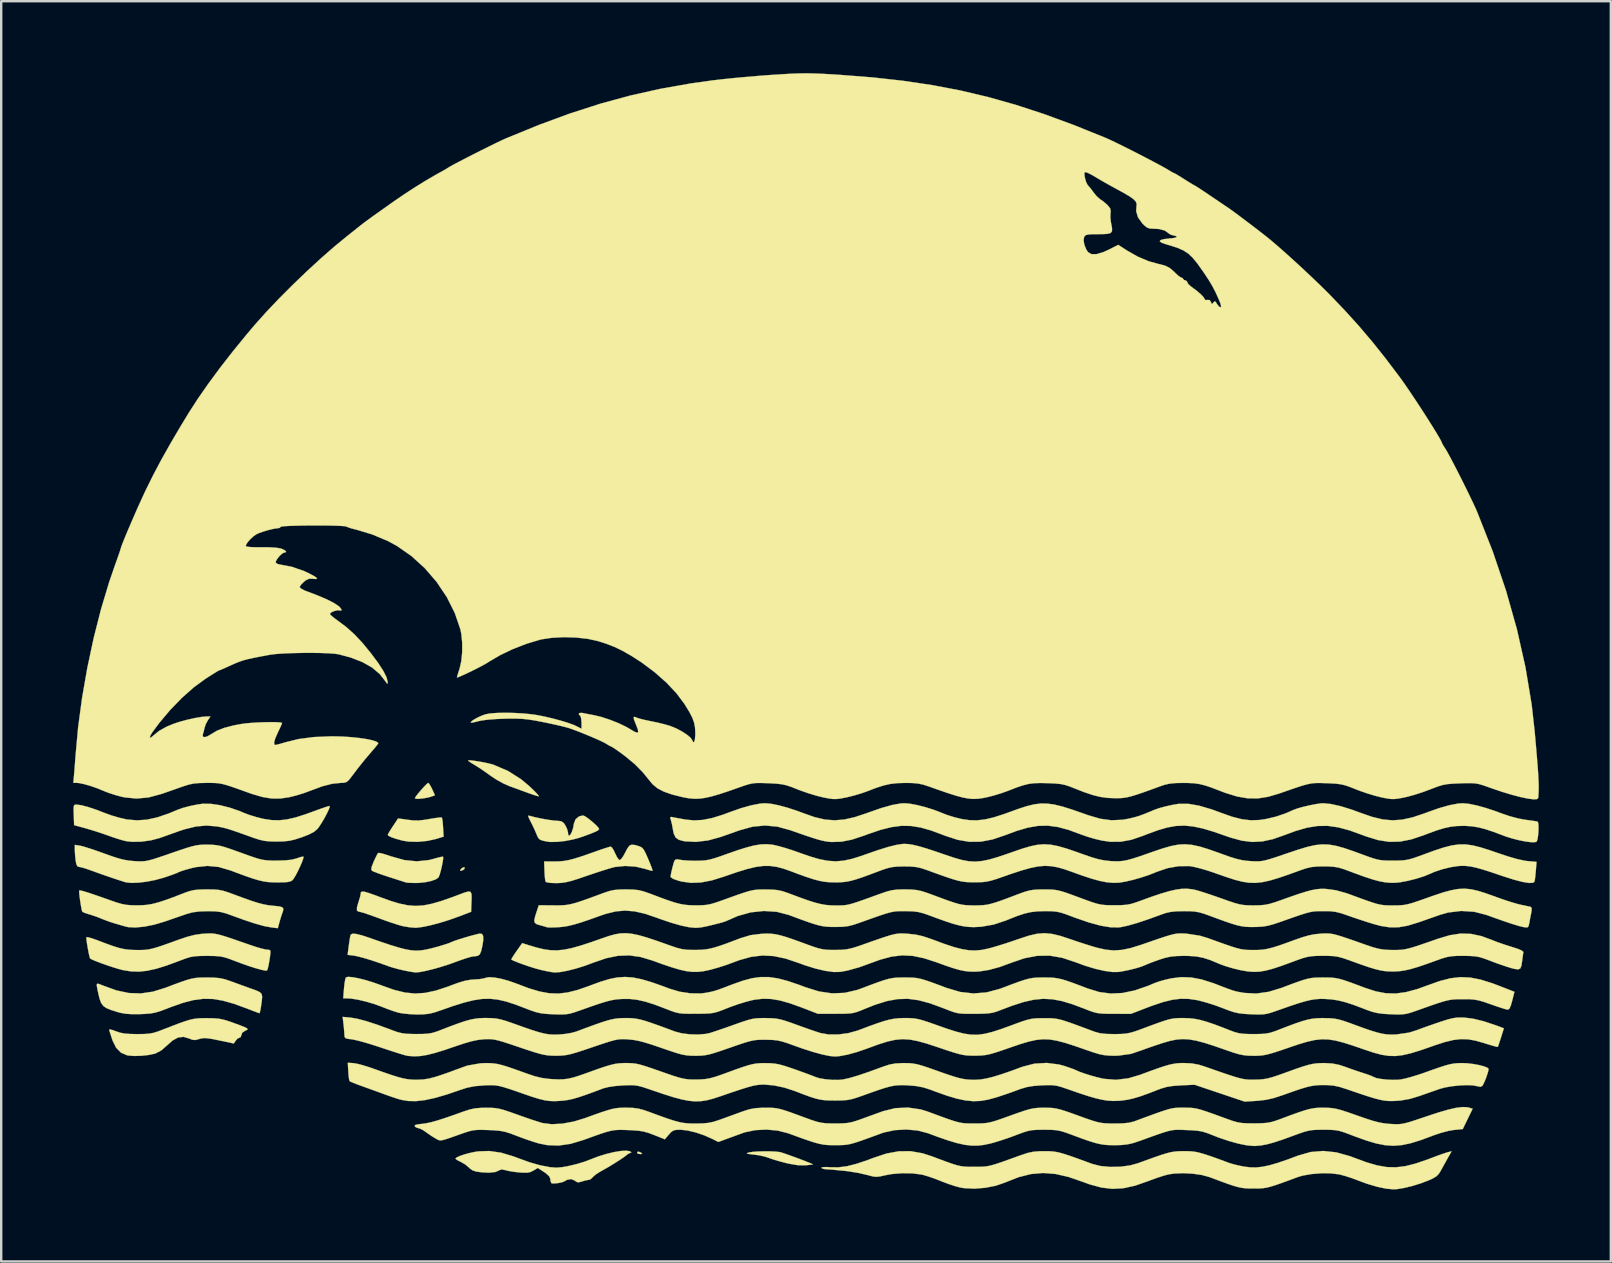
<source format=kicad_pcb>
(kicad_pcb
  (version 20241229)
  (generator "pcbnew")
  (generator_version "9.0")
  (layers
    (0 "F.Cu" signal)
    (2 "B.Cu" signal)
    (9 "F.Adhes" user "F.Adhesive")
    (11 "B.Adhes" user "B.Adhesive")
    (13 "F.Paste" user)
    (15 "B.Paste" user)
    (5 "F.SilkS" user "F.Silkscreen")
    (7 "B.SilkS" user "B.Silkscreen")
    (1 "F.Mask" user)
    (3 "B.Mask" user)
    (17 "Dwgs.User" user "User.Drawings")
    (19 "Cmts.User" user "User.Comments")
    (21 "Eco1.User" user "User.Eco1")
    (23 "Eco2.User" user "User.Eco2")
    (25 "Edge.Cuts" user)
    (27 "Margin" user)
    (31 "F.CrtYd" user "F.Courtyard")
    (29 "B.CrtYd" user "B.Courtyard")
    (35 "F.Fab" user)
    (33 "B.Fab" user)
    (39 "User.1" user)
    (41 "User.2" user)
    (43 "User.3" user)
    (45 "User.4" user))
  (footprint "wef"
    (layer "F.Cu")
    (at 28.571 26.01)
    (property "Reference" "wef" (at 0 0 0) (layer "F.SilkS") (effects (font (size 1.524 1.524) (thickness 0.3))))
    (attr through_hole)
    (fp_poly (pts (xy -12.266 7.076) (xy -12.268 7.136) (xy -12.307 7.171) (xy -12.413 7.221) (xy -12.454 7.208) (xy -12.412 7.138) (xy -12.403 7.129) (xy -12.315 7.072) (xy -12.266 7.076)) (stroke (width 0.01) (type solid)) (fill yes) (layer "F.SilkS"))
    (fp_poly (pts (xy -4.942 18.946) (xy -4.911 18.965) (xy -4.866 19.007) (xy -4.922 19.02) (xy -4.953 19.021) (xy -5.052 19) (xy -5.08 18.965) (xy -5.044 18.913) (xy -4.942 18.946)) (stroke (width 0.01) (type solid)) (fill yes) (layer "F.SilkS"))
    (fp_poly (pts (xy -13.734 3.603) (xy -13.664 3.722) (xy -13.619 3.813) (xy -13.501 4.071) (xy -13.634 4.122) (xy -13.781 4.164) (xy -13.958 4.197) (xy -14.131 4.217) (xy -14.268 4.22) (xy -14.335 4.203) (xy -14.337 4.197) (xy -14.302 4.131) (xy -14.213 4.013) (xy -14.093 3.87) (xy -13.967 3.728) (xy -13.857 3.615) (xy -13.787 3.558) (xy -13.779 3.556) (xy -13.734 3.603)) (stroke (width 0.01) (type solid)) (fill yes) (layer "F.SilkS"))
    (fp_poly (pts (xy -13.213 5) (xy -13.195 5.067) (xy -13.176 5.215) (xy -13.162 5.412) (xy -13.14 5.795) (xy -13.442 5.888) (xy -13.813 5.972) (xy -14.214 6.011) (xy -14.598 6.002) (xy -14.845 5.962) (xy -15.116 5.889) (xy -15.32 5.818) (xy -15.44 5.756) (xy -15.466 5.721) (xy -15.437 5.657) (xy -15.36 5.528) (xy -15.255 5.366) (xy -15.149 5.206) (xy -15.072 5.09) (xy -15.042 5.041) (xy -14.99 5.044) (xy -14.854 5.061) (xy -14.663 5.089) (xy -14.64 5.092) (xy -14.4 5.121) (xy -14.183 5.123) (xy -13.939 5.096) (xy -13.741 5.062) (xy -13.517 5.025) (xy -13.338 5.002) (xy -13.231 4.996) (xy -13.213 5)) (stroke (width 0.01) (type solid)) (fill yes) (layer "F.SilkS"))
    (fp_poly (pts (xy -11.907 2.629) (xy -11.708 2.658) (xy -11.489 2.698) (xy -11.278 2.742) (xy -11.106 2.786) (xy -11.067 2.798) (xy -10.455 3.059) (xy -9.902 3.411) (xy -9.566 3.695) (xy -9.39 3.863) (xy -9.257 4) (xy -9.181 4.089) (xy -9.172 4.117) (xy -9.25 4.099) (xy -9.402 4.051) (xy -9.597 3.983) (xy -9.624 3.973) (xy -9.895 3.874) (xy -10.196 3.764) (xy -10.408 3.687) (xy -10.653 3.579) (xy -10.929 3.426) (xy -11.182 3.26) (xy -11.198 3.248) (xy -11.421 3.088) (xy -11.649 2.933) (xy -11.839 2.813) (xy -11.87 2.795) (xy -12.015 2.707) (xy -12.105 2.642) (xy -12.122 2.62) (xy -12.054 2.615) (xy -11.907 2.629)) (stroke (width 0.01) (type solid)) (fill yes) (layer "F.SilkS"))
    (fp_poly (pts (xy 0.495 18.907) (xy 0.727 18.919) (xy 0.877 18.939) (xy 0.984 18.97) (xy 1.156 19.029) (xy 1.369 19.105) (xy 1.601 19.19) (xy 1.828 19.275) (xy 2.025 19.353) (xy 2.171 19.412) (xy 2.24 19.446) (xy 2.242 19.45) (xy 2.184 19.461) (xy 2.047 19.476) (xy 1.919 19.488) (xy 1.616 19.483) (xy 1.242 19.42) (xy 1.101 19.386) (xy 0.848 19.319) (xy 0.612 19.249) (xy 0.433 19.188) (xy 0.388 19.171) (xy 0.223 19.119) (xy -0.002 19.071) (xy -0.204 19.043) (xy -0.4 19.02) (xy -0.496 19.002) (xy -0.503 18.983) (xy -0.434 18.957) (xy -0.423 18.954) (xy -0.27 18.929) (xy -0.041 18.912) (xy 0.226 18.905) (xy 0.495 18.907)) (stroke (width 0.01) (type solid)) (fill yes) (layer "F.SilkS"))
    (fp_poly (pts (xy -15.654 6.511) (xy -15.454 6.573) (xy -15.35 6.61) (xy -14.786 6.77) (xy -14.255 6.824) (xy -13.752 6.771) (xy -13.578 6.726) (xy -13.383 6.672) (xy -13.236 6.637) (xy -13.164 6.63) (xy -13.162 6.632) (xy -13.157 6.699) (xy -13.176 6.842) (xy -13.213 7.025) (xy -13.258 7.216) (xy -13.305 7.38) (xy -13.347 7.484) (xy -13.352 7.493) (xy -13.465 7.574) (xy -13.661 7.644) (xy -13.912 7.696) (xy -14.189 7.723) (xy -14.309 7.726) (xy -14.499 7.722) (xy -14.645 7.714) (xy -14.704 7.705) (xy -14.777 7.682) (xy -14.934 7.631) (xy -15.153 7.561) (xy -15.409 7.479) (xy -15.668 7.393) (xy -15.889 7.315) (xy -16.05 7.253) (xy -16.126 7.215) (xy -16.154 7.155) (xy -16.134 7.044) (xy -16.061 6.858) (xy -16.053 6.839) (xy -15.972 6.664) (xy -15.904 6.531) (xy -15.869 6.477) (xy -15.801 6.476) (xy -15.654 6.511)) (stroke (width 0.01) (type solid)) (fill yes) (layer "F.SilkS"))
    (fp_poly (pts (xy -12.018 8.096) (xy -11.979 8.178) (xy -11.972 8.337) (xy -11.978 8.499) (xy -11.994 8.927) (xy -12.502 9.121) (xy -12.899 9.262) (xy -13.296 9.386) (xy -13.67 9.485) (xy -13.997 9.555) (xy -14.254 9.589) (xy -14.329 9.591) (xy -14.551 9.573) (xy -14.795 9.533) (xy -14.873 9.515) (xy -15.07 9.459) (xy -15.319 9.379) (xy -15.569 9.292) (xy -15.579 9.288) (xy -15.965 9.147) (xy -16.257 9.043) (xy -16.467 8.973) (xy -16.605 8.933) (xy -16.683 8.918) (xy -16.688 8.918) (xy -16.75 8.875) (xy -16.75 8.744) (xy -16.687 8.522) (xy -16.678 8.495) (xy -16.626 8.329) (xy -16.597 8.195) (xy -16.596 8.17) (xy -16.583 8.11) (xy -16.538 8.083) (xy -16.444 8.089) (xy -16.287 8.133) (xy -16.05 8.216) (xy -15.844 8.293) (xy -15.389 8.459) (xy -14.998 8.579) (xy -14.65 8.653) (xy -14.323 8.681) (xy -13.994 8.662) (xy -13.642 8.594) (xy -13.243 8.479) (xy -12.776 8.316) (xy -12.515 8.218) (xy -12.268 8.125) (xy -12.108 8.081) (xy -12.018 8.096)) (stroke (width 0.01) (type solid)) (fill yes) (layer "F.SilkS"))
    (fp_poly (pts (xy -7.248 4.947) (xy -7.117 5.037) (xy -6.965 5.158) (xy -6.819 5.287) (xy -6.709 5.401) (xy -6.661 5.476) (xy -6.66 5.48) (xy -6.692 5.523) (xy -6.795 5.582) (xy -6.978 5.659) (xy -7.254 5.761) (xy -7.458 5.832) (xy -7.752 5.914) (xy -8.079 5.976) (xy -8.401 6.012) (xy -8.678 6.018) (xy -8.805 6.005) (xy -9.006 5.964) (xy -9.127 5.919) (xy -9.198 5.849) (xy -9.252 5.734) (xy -9.259 5.717) (xy -9.332 5.543) (xy -9.432 5.33) (xy -9.497 5.2) (xy -9.581 5.034) (xy -9.616 4.947) (xy -9.603 4.919) (xy -9.546 4.93) (xy -9.526 4.936) (xy -9.319 4.99) (xy -9.062 5.044) (xy -8.795 5.091) (xy -8.558 5.124) (xy -8.395 5.136) (xy -8.238 5.154) (xy -8.136 5.227) (xy -8.071 5.32) (xy -7.996 5.476) (xy -7.96 5.616) (xy -7.959 5.63) (xy -7.943 5.738) (xy -7.902 5.755) (xy -7.848 5.698) (xy -7.791 5.582) (xy -7.742 5.425) (xy -7.713 5.256) (xy -7.643 5.072) (xy -7.493 4.95) (xy -7.33 4.913) (xy -7.248 4.947)) (stroke (width 0.01) (type solid)) (fill yes) (layer "F.SilkS"))
    (fp_poly (pts (xy -11.545 9.846) (xy -11.492 9.934) (xy -11.488 10.11) (xy -11.526 10.35) (xy -11.577 10.568) (xy -11.632 10.697) (xy -11.711 10.76) (xy -11.832 10.779) (xy -11.871 10.78) (xy -11.987 10.8) (xy -12.179 10.855) (xy -12.418 10.934) (xy -12.633 11.013) (xy -12.944 11.124) (xy -13.278 11.23) (xy -13.608 11.322) (xy -13.908 11.394) (xy -14.153 11.44) (xy -14.309 11.453) (xy -14.419 11.439) (xy -14.601 11.408) (xy -14.813 11.365) (xy -15.051 11.309) (xy -15.281 11.245) (xy -15.434 11.195) (xy -15.827 11.053) (xy -16.195 10.931) (xy -16.517 10.835) (xy -16.77 10.772) (xy -16.881 10.752) (xy -17.139 10.72) (xy -17.091 10.341) (xy -17.062 10.137) (xy -17.035 9.972) (xy -17.015 9.886) (xy -16.946 9.839) (xy -16.787 9.847) (xy -16.536 9.91) (xy -16.301 9.987) (xy -15.795 10.163) (xy -15.379 10.303) (xy -15.038 10.408) (xy -14.756 10.482) (xy -14.518 10.527) (xy -14.308 10.544) (xy -14.111 10.537) (xy -13.91 10.508) (xy -13.69 10.459) (xy -13.528 10.417) (xy -13.274 10.346) (xy -13.045 10.276) (xy -12.874 10.215) (xy -12.815 10.189) (xy -12.69 10.138) (xy -12.488 10.07) (xy -12.241 9.994) (xy -11.981 9.92) (xy -11.741 9.858) (xy -11.65 9.837) (xy -11.545 9.846)) (stroke (width 0.01) (type solid)) (fill yes) (layer "F.SilkS"))
    (fp_poly (pts (xy -22.699 11.669) (xy -22.466 11.691) (xy -22.259 11.736) (xy -22.042 11.808) (xy -21.792 11.899) (xy -21.494 12.007) (xy -21.207 12.111) (xy -21.167 12.125) (xy -20.939 12.207) (xy -20.796 12.274) (xy -20.721 12.351) (xy -20.699 12.466) (xy -20.715 12.645) (xy -20.745 12.855) (xy -20.772 13.02) (xy -20.798 13.128) (xy -20.81 13.152) (xy -20.869 13.132) (xy -21.009 13.081) (xy -21.207 13.005) (xy -21.352 12.949) (xy -21.88 12.757) (xy -22.339 12.627) (xy -22.755 12.558) (xy -23.154 12.551) (xy -23.563 12.605) (xy -24.006 12.721) (xy -24.511 12.899) (xy -24.666 12.959) (xy -24.932 13.06) (xy -25.143 13.124) (xy -25.346 13.162) (xy -25.585 13.181) (xy -25.795 13.189) (xy -26.13 13.191) (xy -26.389 13.174) (xy -26.611 13.134) (xy -26.726 13.102) (xy -26.996 13.016) (xy -27.188 12.938) (xy -27.32 12.846) (xy -27.411 12.718) (xy -27.477 12.533) (xy -27.538 12.27) (xy -27.574 12.093) (xy -27.593 11.973) (xy -27.573 11.922) (xy -27.493 11.934) (xy -27.331 11.999) (xy -26.772 12.201) (xy -26.254 12.31) (xy -25.755 12.327) (xy -25.253 12.254) (xy -24.736 12.094) (xy -24.36 11.951) (xy -24.068 11.845) (xy -23.841 11.768) (xy -23.658 11.717) (xy -23.498 11.686) (xy -23.342 11.67) (xy -23.17 11.664) (xy -23.001 11.663) (xy -22.699 11.669)) (stroke (width 0.01) (type solid)) (fill yes) (layer "F.SilkS"))
    (fp_poly (pts (xy -5.176 6.143) (xy -5.075 6.17) (xy -4.956 6.209) (xy -4.87 6.258) (xy -4.8 6.341) (xy -4.726 6.48) (xy -4.629 6.699) (xy -4.621 6.719) (xy -4.533 6.93) (xy -4.468 7.098) (xy -4.435 7.199) (xy -4.434 7.217) (xy -4.493 7.212) (xy -4.624 7.176) (xy -4.724 7.144) (xy -5.136 7.045) (xy -5.575 7.016) (xy -5.991 7.058) (xy -6.068 7.075) (xy -6.245 7.125) (xy -6.498 7.204) (xy -6.799 7.301) (xy -7.117 7.408) (xy -7.225 7.445) (xy -7.567 7.562) (xy -7.83 7.642) (xy -8.039 7.693) (xy -8.221 7.721) (xy -8.4 7.731) (xy -8.449 7.731) (xy -8.653 7.725) (xy -8.81 7.706) (xy -8.888 7.679) (xy -8.89 7.676) (xy -8.909 7.594) (xy -8.927 7.434) (xy -8.938 7.23) (xy -8.938 7.225) (xy -8.951 6.83) (xy -8.523 6.83) (xy -8.315 6.825) (xy -8.122 6.807) (xy -7.922 6.771) (xy -7.693 6.712) (xy -7.412 6.624) (xy -7.057 6.501) (xy -6.887 6.441) (xy -6.632 6.351) (xy -6.413 6.278) (xy -6.253 6.228) (xy -6.176 6.209) (xy -6.175 6.209) (xy -6.12 6.257) (xy -6.045 6.38) (xy -5.994 6.491) (xy -5.916 6.648) (xy -5.841 6.75) (xy -5.803 6.772) (xy -5.739 6.725) (xy -5.653 6.604) (xy -5.589 6.486) (xy -5.484 6.285) (xy -5.398 6.172) (xy -5.304 6.13) (xy -5.176 6.143)) (stroke (width 0.01) (type solid)) (fill yes) (layer "F.SilkS"))
    (fp_poly (pts (xy -23.001 13.357) (xy -22.711 13.363) (xy -22.485 13.383) (xy -22.277 13.428) (xy -22.037 13.503) (xy -21.929 13.542) (xy -21.643 13.647) (xy -21.451 13.722) (xy -21.342 13.775) (xy -21.304 13.813) (xy -21.326 13.844) (xy -21.396 13.876) (xy -21.407 13.88) (xy -21.532 13.967) (xy -21.562 14.053) (xy -21.594 14.146) (xy -21.64 14.168) (xy -21.727 14.21) (xy -21.799 14.29) (xy -21.88 14.412) (xy -22.491 14.284) (xy -22.771 14.227) (xy -22.969 14.196) (xy -23.112 14.187) (xy -23.226 14.201) (xy -23.321 14.227) (xy -23.485 14.269) (xy -23.615 14.256) (xy -23.733 14.208) (xy -23.972 14.137) (xy -24.201 14.162) (xy -24.434 14.289) (xy -24.638 14.472) (xy -24.902 14.701) (xy -25.145 14.829) (xy -25.16 14.834) (xy -25.424 14.891) (xy -25.734 14.925) (xy -26.039 14.933) (xy -26.292 14.912) (xy -26.319 14.907) (xy -26.578 14.797) (xy -26.784 14.589) (xy -26.934 14.284) (xy -26.949 14.237) (xy -27.008 14.052) (xy -27.056 13.908) (xy -27.077 13.847) (xy -27.046 13.826) (xy -26.929 13.854) (xy -26.802 13.9) (xy -26.625 13.961) (xy -26.437 13.998) (xy -26.204 14.016) (xy -25.908 14.022) (xy -25.622 14.018) (xy -25.407 14.003) (xy -25.225 13.969) (xy -25.034 13.91) (xy -24.864 13.845) (xy -24.467 13.691) (xy -24.156 13.572) (xy -23.912 13.486) (xy -23.717 13.426) (xy -23.551 13.389) (xy -23.396 13.368) (xy -23.233 13.359) (xy -23.044 13.357) (xy -23.001 13.357)) (stroke (width 0.01) (type solid)) (fill yes) (layer "F.SilkS"))
    (fp_poly (pts (xy -22.72 9.835) (xy -22.588 9.857) (xy -22.429 9.896) (xy -22.226 9.957) (xy -21.963 10.044) (xy -21.625 10.161) (xy -21.236 10.296) (xy -20.985 10.38) (xy -20.76 10.447) (xy -20.592 10.489) (xy -20.52 10.499) (xy -20.405 10.514) (xy -20.358 10.541) (xy -20.354 10.616) (xy -20.369 10.765) (xy -20.396 10.951) (xy -20.43 11.138) (xy -20.465 11.29) (xy -20.494 11.369) (xy -20.496 11.372) (xy -20.57 11.376) (xy -20.731 11.343) (xy -20.962 11.279) (xy -21.244 11.19) (xy -21.56 11.079) (xy -21.844 10.972) (xy -22.093 10.878) (xy -22.286 10.818) (xy -22.465 10.783) (xy -22.668 10.768) (xy -22.935 10.763) (xy -23.001 10.763) (xy -23.287 10.766) (xy -23.499 10.779) (xy -23.678 10.809) (xy -23.865 10.863) (xy -24.098 10.95) (xy -24.158 10.973) (xy -24.674 11.164) (xy -25.113 11.3) (xy -25.495 11.384) (xy -25.838 11.42) (xy -26.163 11.409) (xy -26.49 11.357) (xy -26.501 11.355) (xy -26.684 11.307) (xy -26.916 11.236) (xy -27.171 11.151) (xy -27.421 11.062) (xy -27.639 10.979) (xy -27.798 10.91) (xy -27.866 10.872) (xy -27.888 10.809) (xy -27.921 10.668) (xy -27.956 10.484) (xy -27.99 10.291) (xy -28.015 10.122) (xy -28.025 10.011) (xy -28.023 9.988) (xy -27.962 9.987) (xy -27.823 10.022) (xy -27.632 10.087) (xy -27.559 10.114) (xy -27.184 10.257) (xy -26.889 10.362) (xy -26.65 10.435) (xy -26.444 10.481) (xy -26.247 10.506) (xy -26.035 10.517) (xy -25.936 10.519) (xy -25.75 10.519) (xy -25.59 10.513) (xy -25.439 10.495) (xy -25.275 10.46) (xy -25.081 10.405) (xy -24.835 10.324) (xy -24.52 10.212) (xy -24.186 10.091) (xy -23.821 9.968) (xy -23.516 9.89) (xy -23.232 9.847) (xy -23.114 9.838) (xy -22.967 9.83) (xy -22.841 9.827) (xy -22.72 9.835)) (stroke (width 0.01) (type solid)) (fill yes) (layer "F.SilkS"))
    (fp_poly (pts (xy -5.378 18.902) (xy -5.357 18.913) (xy -5.317 18.956) (xy -5.344 18.964) (xy -5.439 19.001) (xy -5.485 19.036) (xy -5.604 19.129) (xy -5.798 19.262) (xy -6.042 19.417) (xy -6.314 19.581) (xy -6.588 19.737) (xy -6.632 19.761) (xy -6.788 19.861) (xy -6.907 19.961) (xy -6.932 19.989) (xy -7.028 20.074) (xy -7.097 20.094) (xy -7.212 20.113) (xy -7.364 20.158) (xy -7.374 20.161) (xy -7.513 20.199) (xy -7.607 20.177) (xy -7.67 20.128) (xy -7.82 20.063) (xy -7.996 20.091) (xy -8.1 20.151) (xy -8.197 20.192) (xy -8.346 20.225) (xy -8.502 20.243) (xy -8.62 20.241) (xy -8.652 20.229) (xy -8.685 20.145) (xy -8.692 20.063) (xy -8.738 19.949) (xy -8.879 19.819) (xy -8.954 19.768) (xy -9.215 19.598) (xy -9.402 19.709) (xy -9.521 19.767) (xy -9.649 19.795) (xy -9.822 19.796) (xy -10.002 19.783) (xy -10.23 19.757) (xy -10.433 19.723) (xy -10.569 19.688) (xy -10.569 19.688) (xy -10.73 19.659) (xy -10.795 19.684) (xy -10.98 19.766) (xy -11.258 19.796) (xy -11.565 19.779) (xy -11.788 19.747) (xy -11.935 19.698) (xy -12.046 19.62) (xy -12.082 19.583) (xy -12.238 19.453) (xy -12.42 19.347) (xy -12.436 19.34) (xy -12.567 19.275) (xy -12.639 19.219) (xy -12.644 19.207) (xy -12.592 19.158) (xy -12.457 19.096) (xy -12.263 19.031) (xy -12.037 18.971) (xy -11.806 18.923) (xy -11.694 18.907) (xy -11.232 18.892) (xy -10.745 18.962) (xy -10.215 19.121) (xy -10.048 19.185) (xy -9.571 19.358) (xy -9.12 19.487) (xy -8.72 19.565) (xy -8.437 19.586) (xy -8.204 19.566) (xy -7.905 19.511) (xy -7.578 19.431) (xy -7.262 19.335) (xy -7.018 19.242) (xy -6.699 19.119) (xy -6.369 19.017) (xy -6.05 18.939) (xy -5.764 18.892) (xy -5.533 18.878) (xy -5.378 18.902)) (stroke (width 0.01) (type solid)) (fill yes) (layer "F.SilkS"))
    (fp_poly (pts (xy -22.723 7.996) (xy -22.511 8.013) (xy -22.318 8.052) (xy -22.099 8.122) (xy -21.9 8.195) (xy -21.481 8.351) (xy -21.146 8.469) (xy -20.876 8.555) (xy -20.65 8.614) (xy -20.449 8.652) (xy -20.253 8.675) (xy -20.221 8.677) (xy -19.996 8.7) (xy -19.867 8.734) (xy -19.817 8.795) (xy -19.83 8.896) (xy -19.863 8.986) (xy -19.909 9.122) (xy -19.964 9.305) (xy -19.98 9.363) (xy -20.047 9.61) (xy -20.339 9.574) (xy -20.624 9.52) (xy -21.001 9.415) (xy -21.471 9.259) (xy -21.957 9.082) (xy -22.214 8.991) (xy -22.424 8.936) (xy -22.636 8.909) (xy -22.901 8.901) (xy -22.973 8.901) (xy -23.325 8.913) (xy -23.607 8.951) (xy -23.848 9.018) (xy -24.049 9.087) (xy -24.315 9.179) (xy -24.605 9.279) (xy -24.779 9.339) (xy -25.2 9.464) (xy -25.606 9.545) (xy -25.973 9.58) (xy -26.276 9.566) (xy -26.388 9.541) (xy -26.545 9.496) (xy -26.747 9.437) (xy -26.84 9.411) (xy -27.069 9.337) (xy -27.306 9.249) (xy -27.376 9.22) (xy -27.598 9.132) (xy -27.839 9.051) (xy -27.899 9.034) (xy -28.06 8.983) (xy -28.169 8.937) (xy -28.194 8.919) (xy -28.217 8.841) (xy -28.246 8.692) (xy -28.276 8.504) (xy -28.303 8.313) (xy -28.32 8.151) (xy -28.324 8.052) (xy -28.32 8.038) (xy -28.265 8.038) (xy -28.129 8.072) (xy -27.906 8.142) (xy -27.59 8.249) (xy -27.176 8.394) (xy -27.037 8.444) (xy -26.753 8.542) (xy -26.533 8.604) (xy -26.336 8.639) (xy -26.12 8.654) (xy -25.908 8.657) (xy -25.685 8.652) (xy -25.478 8.634) (xy -25.267 8.597) (xy -25.032 8.536) (xy -24.754 8.447) (xy -24.413 8.323) (xy -23.99 8.16) (xy -23.961 8.148) (xy -23.748 8.072) (xy -23.558 8.025) (xy -23.349 8.001) (xy -23.078 7.993) (xy -23.001 7.993) (xy -22.723 7.996)) (stroke (width 0.01) (type solid)) (fill yes) (layer "F.SilkS"))
    (fp_poly (pts (xy -22.855 4.426) (xy -22.472 4.482) (xy -22.056 4.585) (xy -21.639 4.729) (xy -21.473 4.8) (xy -21.239 4.889) (xy -20.95 4.978) (xy -20.664 5.05) (xy -20.624 5.058) (xy -20.303 5.106) (xy -19.996 5.114) (xy -19.676 5.08) (xy -19.321 4.999) (xy -18.906 4.868) (xy -18.618 4.764) (xy -18.36 4.669) (xy -18.138 4.591) (xy -17.975 4.537) (xy -17.894 4.516) (xy -17.891 4.516) (xy -17.886 4.559) (xy -17.928 4.675) (xy -18.006 4.838) (xy -18.106 5.026) (xy -18.217 5.215) (xy -18.325 5.381) (xy -18.401 5.48) (xy -18.539 5.595) (xy -18.76 5.71) (xy -19.05 5.822) (xy -19.331 5.913) (xy -19.564 5.967) (xy -19.801 5.993) (xy -20.094 6) (xy -20.381 5.994) (xy -20.608 5.971) (xy -20.826 5.92) (xy -21.088 5.835) (xy -21.138 5.816) (xy -21.504 5.685) (xy -21.784 5.586) (xy -21.998 5.514) (xy -22.166 5.462) (xy -22.308 5.425) (xy -22.444 5.396) (xy -22.594 5.369) (xy -22.608 5.367) (xy -23.026 5.333) (xy -23.462 5.373) (xy -23.942 5.492) (xy -24.168 5.567) (xy -24.438 5.663) (xy -24.73 5.768) (xy -24.955 5.848) (xy -25.327 5.948) (xy -25.731 6.005) (xy -26.119 6.012) (xy -26.36 5.985) (xy -26.532 5.942) (xy -26.766 5.871) (xy -27.02 5.785) (xy -27.093 5.758) (xy -27.39 5.654) (xy -27.723 5.546) (xy -28.027 5.456) (xy -28.053 5.448) (xy -28.533 5.317) (xy -28.549 4.888) (xy -28.556 4.671) (xy -28.55 4.543) (xy -28.527 4.481) (xy -28.48 4.461) (xy -28.436 4.46) (xy -28.235 4.486) (xy -27.95 4.561) (xy -27.598 4.679) (xy -27.258 4.81) (xy -26.971 4.913) (xy -26.653 5.007) (xy -26.364 5.073) (xy -26.319 5.081) (xy -25.917 5.116) (xy -25.507 5.089) (xy -25.07 4.993) (xy -24.584 4.827) (xy -24.243 4.684) (xy -24.011 4.6) (xy -23.714 4.521) (xy -23.401 4.457) (xy -23.175 4.425) (xy -22.855 4.426)) (stroke (width 0.01) (type solid)) (fill yes) (layer "F.SilkS"))
    (fp_poly (pts (xy -22.973 6.129) (xy -22.785 6.134) (xy -22.621 6.149) (xy -22.455 6.178) (xy -22.265 6.229) (xy -22.025 6.308) (xy -21.713 6.419) (xy -21.59 6.463) (xy -21.257 6.584) (xy -21.006 6.67) (xy -20.81 6.729) (xy -20.645 6.765) (xy -20.486 6.784) (xy -20.307 6.792) (xy -20.094 6.793) (xy -19.739 6.784) (xy -19.472 6.756) (xy -19.272 6.705) (xy -19.253 6.698) (xy -19.101 6.647) (xy -18.999 6.626) (xy -18.977 6.63) (xy -18.983 6.694) (xy -19.03 6.83) (xy -19.106 7.009) (xy -19.197 7.205) (xy -19.292 7.389) (xy -19.377 7.533) (xy -19.433 7.607) (xy -19.508 7.654) (xy -19.621 7.684) (xy -19.795 7.699) (xy -20.055 7.702) (xy -20.086 7.702) (xy -20.289 7.698) (xy -20.472 7.685) (xy -20.652 7.658) (xy -20.849 7.612) (xy -21.081 7.543) (xy -21.367 7.445) (xy -21.727 7.313) (xy -22.029 7.2) (xy -22.516 7.058) (xy -22.981 7.014) (xy -23.459 7.065) (xy -23.651 7.109) (xy -23.873 7.17) (xy -24.055 7.226) (xy -24.167 7.268) (xy -24.185 7.278) (xy -24.26 7.314) (xy -24.418 7.374) (xy -24.633 7.449) (xy -24.807 7.507) (xy -25.15 7.601) (xy -25.508 7.671) (xy -25.851 7.713) (xy -26.149 7.723) (xy -26.374 7.699) (xy -26.388 7.695) (xy -26.526 7.653) (xy -26.741 7.583) (xy -27.006 7.494) (xy -27.291 7.396) (xy -27.568 7.298) (xy -27.808 7.211) (xy -27.844 7.198) (xy -28.048 7.127) (xy -28.221 7.076) (xy -28.327 7.056) (xy -28.33 7.056) (xy -28.4 7.028) (xy -28.444 6.93) (xy -28.469 6.794) (xy -28.491 6.584) (xy -28.504 6.382) (xy -28.504 6.335) (xy -28.504 6.138) (xy -28.284 6.173) (xy -28.152 6.205) (xy -27.94 6.27) (xy -27.674 6.358) (xy -27.381 6.461) (xy -27.282 6.497) (xy -26.936 6.62) (xy -26.664 6.707) (xy -26.436 6.763) (xy -26.222 6.797) (xy -26.017 6.815) (xy -25.848 6.824) (xy -25.708 6.825) (xy -25.575 6.815) (xy -25.43 6.787) (xy -25.252 6.739) (xy -25.02 6.665) (xy -24.714 6.561) (xy -24.493 6.484) (xy -24.127 6.359) (xy -23.847 6.266) (xy -23.63 6.202) (xy -23.457 6.161) (xy -23.305 6.139) (xy -23.153 6.13) (xy -22.98 6.129) (xy -22.973 6.129)) (stroke (width 0.01) (type solid)) (fill yes) (layer "F.SilkS"))
    (fp_poly (pts (xy 24.054 18.949) (xy 24.632 19.111) (xy 24.793 19.172) (xy 25.305 19.361) (xy 25.75 19.491) (xy 26.152 19.561) (xy 26.537 19.571) (xy 26.933 19.522) (xy 27.364 19.412) (xy 27.857 19.243) (xy 28.025 19.179) (xy 28.265 19.089) (xy 28.483 19.011) (xy 28.645 18.957) (xy 28.694 18.943) (xy 28.856 18.904) (xy 28.701 19.174) (xy 28.581 19.389) (xy 28.456 19.616) (xy 28.411 19.699) (xy 28.321 19.845) (xy 28.216 19.95) (xy 28.062 20.041) (xy 27.904 20.112) (xy 27.578 20.237) (xy 27.227 20.346) (xy 26.887 20.429) (xy 26.592 20.479) (xy 26.439 20.489) (xy 26.127 20.461) (xy 25.747 20.381) (xy 25.325 20.255) (xy 24.96 20.12) (xy 24.697 20.022) (xy 24.425 19.934) (xy 24.195 19.872) (xy 24.149 19.862) (xy 23.807 19.822) (xy 23.414 19.82) (xy 23.014 19.853) (xy 22.65 19.917) (xy 22.437 19.98) (xy 22.037 20.129) (xy 21.724 20.243) (xy 21.481 20.326) (xy 21.29 20.384) (xy 21.133 20.422) (xy 20.991 20.442) (xy 20.847 20.452) (xy 20.682 20.454) (xy 20.602 20.454) (xy 20.416 20.453) (xy 20.256 20.445) (xy 20.105 20.426) (xy 19.943 20.391) (xy 19.752 20.336) (xy 19.513 20.255) (xy 19.208 20.144) (xy 18.818 19.998) (xy 18.768 19.979) (xy 18.456 19.893) (xy 18.078 19.838) (xy 17.679 19.816) (xy 17.301 19.831) (xy 17.052 19.868) (xy 16.857 19.921) (xy 16.601 20.004) (xy 16.326 20.103) (xy 16.199 20.151) (xy 15.665 20.337) (xy 15.183 20.443) (xy 14.726 20.469) (xy 14.265 20.415) (xy 13.775 20.282) (xy 13.49 20.178) (xy 12.89 19.971) (xy 12.344 19.847) (xy 11.831 19.808) (xy 11.329 19.852) (xy 10.817 19.981) (xy 10.272 20.195) (xy 10.245 20.207) (xy 9.863 20.339) (xy 9.423 20.425) (xy 8.969 20.461) (xy 8.545 20.44) (xy 8.382 20.413) (xy 8.168 20.355) (xy 7.9 20.267) (xy 7.629 20.166) (xy 7.564 20.139) (xy 7.307 20.039) (xy 7.048 19.95) (xy 6.833 19.887) (xy 6.785 19.875) (xy 6.396 19.824) (xy 5.958 19.817) (xy 5.525 19.853) (xy 5.253 19.904) (xy 5.04 19.951) (xy 4.888 19.967) (xy 4.745 19.952) (xy 4.565 19.905) (xy 4.547 19.9) (xy 4.131 19.803) (xy 3.625 19.725) (xy 3.048 19.669) (xy 2.78 19.652) (xy 2.655 19.631) (xy 2.597 19.593) (xy 2.596 19.59) (xy 2.649 19.566) (xy 2.791 19.559) (xy 2.985 19.569) (xy 3.311 19.572) (xy 3.665 19.526) (xy 4.066 19.425) (xy 4.534 19.267) (xy 4.755 19.182) (xy 5.312 18.997) (xy 5.825 18.903) (xy 6.318 18.9) (xy 6.812 18.987) (xy 7.197 19.111) (xy 7.575 19.254) (xy 7.867 19.361) (xy 8.092 19.439) (xy 8.271 19.492) (xy 8.421 19.525) (xy 8.564 19.542) (xy 8.717 19.549) (xy 8.902 19.55) (xy 8.975 19.55) (xy 9.156 19.549) (xy 9.305 19.546) (xy 9.437 19.536) (xy 9.57 19.515) (xy 9.721 19.478) (xy 9.906 19.422) (xy 10.142 19.342) (xy 10.447 19.233) (xy 10.837 19.092) (xy 10.95 19.052) (xy 11.205 18.969) (xy 11.435 18.922) (xy 11.693 18.901) (xy 11.89 18.899) (xy 12.061 18.9) (xy 12.212 18.908) (xy 12.36 18.927) (xy 12.52 18.96) (xy 12.71 19.014) (xy 12.947 19.091) (xy 13.246 19.197) (xy 13.625 19.335) (xy 13.885 19.431) (xy 14.226 19.517) (xy 14.63 19.555) (xy 15.056 19.547) (xy 15.465 19.491) (xy 15.776 19.405) (xy 16.197 19.252) (xy 16.529 19.133) (xy 16.79 19.044) (xy 16.996 18.982) (xy 17.165 18.94) (xy 17.314 18.916) (xy 17.459 18.903) (xy 17.619 18.899) (xy 17.698 18.898) (xy 17.876 18.899) (xy 18.035 18.908) (xy 18.192 18.929) (xy 18.366 18.968) (xy 18.573 19.028) (xy 18.831 19.114) (xy 19.159 19.231) (xy 19.573 19.384) (xy 19.603 19.395) (xy 19.773 19.446) (xy 20.001 19.501) (xy 20.21 19.542) (xy 20.46 19.573) (xy 20.708 19.577) (xy 20.972 19.549) (xy 21.269 19.486) (xy 21.617 19.385) (xy 22.035 19.242) (xy 22.465 19.081) (xy 22.981 18.934) (xy 23.507 18.89) (xy 24.054 18.949)) (stroke (width 0.01) (type solid)) (fill yes) (layer "F.SilkS"))
    (fp_poly (pts (xy 23.822 4.435) (xy 24.22 4.523) (xy 24.684 4.666) (xy 25.033 4.794) (xy 25.535 4.969) (xy 25.977 5.077) (xy 26.388 5.116) (xy 26.797 5.087) (xy 27.233 4.99) (xy 27.726 4.825) (xy 27.807 4.794) (xy 28.316 4.613) (xy 28.761 4.486) (xy 29.13 4.417) (xy 29.323 4.404) (xy 29.574 4.428) (xy 29.903 4.496) (xy 30.284 4.601) (xy 30.694 4.737) (xy 30.923 4.823) (xy 31.267 4.941) (xy 31.624 5.037) (xy 31.911 5.09) (xy 32.132 5.12) (xy 32.313 5.146) (xy 32.422 5.164) (xy 32.435 5.167) (xy 32.463 5.227) (xy 32.475 5.364) (xy 32.473 5.544) (xy 32.459 5.732) (xy 32.435 5.894) (xy 32.402 5.996) (xy 32.394 6.006) (xy 32.307 6.03) (xy 32.137 6.024) (xy 31.908 5.993) (xy 31.645 5.94) (xy 31.371 5.87) (xy 31.112 5.789) (xy 31.016 5.753) (xy 30.6 5.596) (xy 30.258 5.483) (xy 29.966 5.408) (xy 29.697 5.365) (xy 29.425 5.347) (xy 29.351 5.346) (xy 29.076 5.353) (xy 28.816 5.382) (xy 28.544 5.441) (xy 28.235 5.535) (xy 27.861 5.671) (xy 27.699 5.734) (xy 27.18 5.909) (xy 26.708 6.002) (xy 26.254 6.012) (xy 25.79 5.939) (xy 25.284 5.783) (xy 25.151 5.733) (xy 24.61 5.537) (xy 24.133 5.409) (xy 23.695 5.346) (xy 23.27 5.351) (xy 22.832 5.422) (xy 22.354 5.56) (xy 21.903 5.727) (xy 21.408 5.9) (xy 20.964 5.996) (xy 20.543 6.017) (xy 20.112 5.963) (xy 19.642 5.834) (xy 19.473 5.776) (xy 18.939 5.59) (xy 18.483 5.455) (xy 18.084 5.37) (xy 17.72 5.335) (xy 17.368 5.35) (xy 17.008 5.415) (xy 16.615 5.529) (xy 16.169 5.693) (xy 16.002 5.759) (xy 15.517 5.925) (xy 15.072 6.007) (xy 14.636 6.01) (xy 14.28 5.958) (xy 13.993 5.889) (xy 13.684 5.799) (xy 13.42 5.707) (xy 13.409 5.702) (xy 12.903 5.516) (xy 12.455 5.395) (xy 12.039 5.338) (xy 11.63 5.346) (xy 11.202 5.419) (xy 10.731 5.558) (xy 10.272 5.729) (xy 9.735 5.911) (xy 9.242 6.005) (xy 8.765 6.011) (xy 8.276 5.928) (xy 7.749 5.756) (xy 7.678 5.728) (xy 7.179 5.542) (xy 6.738 5.416) (xy 6.33 5.35) (xy 5.931 5.344) (xy 5.517 5.399) (xy 5.063 5.513) (xy 4.546 5.689) (xy 4.374 5.753) (xy 3.87 5.92) (xy 3.424 6.007) (xy 3.017 6.019) (xy 2.911 6.009) (xy 2.778 5.991) (xy 2.639 5.963) (xy 2.475 5.921) (xy 2.27 5.858) (xy 2.007 5.772) (xy 1.669 5.655) (xy 1.304 5.527) (xy 0.766 5.379) (xy 0.249 5.331) (xy -0.271 5.382) (xy -0.818 5.533) (xy -1.005 5.6) (xy -1.253 5.688) (xy -1.517 5.781) (xy -1.591 5.807) (xy -2.114 5.952) (xy -2.622 6.014) (xy -3.089 5.99) (xy -3.131 5.983) (xy -3.342 5.926) (xy -3.474 5.832) (xy -3.551 5.672) (xy -3.59 5.482) (xy -3.624 5.291) (xy -3.664 5.128) (xy -3.678 5.088) (xy -3.702 4.993) (xy -3.658 4.973) (xy -3.599 4.984) (xy -3.481 5.008) (xy -3.291 5.043) (xy -3.071 5.082) (xy -3.062 5.084) (xy -2.71 5.119) (xy -2.348 5.099) (xy -1.952 5.02) (xy -1.498 4.879) (xy -1.27 4.794) (xy -0.769 4.616) (xy -0.324 4.49) (xy 0.05 4.418) (xy 0.259 4.404) (xy 0.501 4.426) (xy 0.819 4.49) (xy 1.186 4.589) (xy 1.577 4.717) (xy 1.852 4.819) (xy 2.321 4.984) (xy 2.742 5.083) (xy 3.144 5.115) (xy 3.553 5.082) (xy 3.996 4.981) (xy 4.5 4.813) (xy 4.564 4.789) (xy 5.09 4.605) (xy 5.537 4.479) (xy 5.899 4.413) (xy 6.06 4.404) (xy 6.29 4.424) (xy 6.588 4.48) (xy 6.92 4.564) (xy 7.251 4.666) (xy 7.546 4.778) (xy 7.594 4.799) (xy 7.842 4.894) (xy 8.14 4.987) (xy 8.427 5.057) (xy 8.448 5.062) (xy 8.773 5.109) (xy 9.085 5.116) (xy 9.41 5.079) (xy 9.772 4.995) (xy 10.196 4.859) (xy 10.42 4.778) (xy 10.821 4.633) (xy 11.16 4.524) (xy 11.458 4.451) (xy 11.735 4.416) (xy 12.01 4.418) (xy 12.303 4.459) (xy 12.633 4.539) (xy 13.021 4.66) (xy 13.485 4.821) (xy 13.705 4.9) (xy 14.211 5.049) (xy 14.677 5.113) (xy 15.135 5.093) (xy 15.363 5.054) (xy 15.609 4.998) (xy 15.834 4.932) (xy 16.076 4.843) (xy 16.373 4.72) (xy 16.454 4.685) (xy 16.657 4.612) (xy 16.928 4.538) (xy 17.219 4.473) (xy 17.485 4.428) (xy 17.508 4.426) (xy 17.881 4.426) (xy 18.334 4.505) (xy 18.867 4.662) (xy 19.231 4.796) (xy 19.703 4.964) (xy 20.112 5.069) (xy 20.484 5.114) (xy 20.847 5.102) (xy 21.128 5.059) (xy 21.55 4.958) (xy 21.939 4.825) (xy 22.267 4.681) (xy 22.431 4.621) (xy 22.666 4.555) (xy 22.934 4.492) (xy 23.196 4.441) (xy 23.412 4.409) (xy 23.504 4.404) (xy 23.822 4.435)) (stroke (width 0.01) (type solid)) (fill yes) (layer "F.SilkS"))
    (fp_poly (pts (xy 6.235 6.107) (xy 6.436 6.141) (xy 6.682 6.201) (xy 6.989 6.292) (xy 7.373 6.418) (xy 7.733 6.542) (xy 8.119 6.672) (xy 8.445 6.765) (xy 8.733 6.82) (xy 9.007 6.835) (xy 9.289 6.811) (xy 9.6 6.747) (xy 9.964 6.64) (xy 10.403 6.492) (xy 10.555 6.438) (xy 10.961 6.298) (xy 11.302 6.197) (xy 11.6 6.135) (xy 11.877 6.113) (xy 12.158 6.131) (xy 12.463 6.191) (xy 12.815 6.292) (xy 13.237 6.436) (xy 13.489 6.527) (xy 13.846 6.651) (xy 14.133 6.734) (xy 14.383 6.785) (xy 14.629 6.812) (xy 14.647 6.813) (xy 14.842 6.822) (xy 15.012 6.821) (xy 15.177 6.804) (xy 15.358 6.768) (xy 15.575 6.708) (xy 15.848 6.62) (xy 16.199 6.498) (xy 16.369 6.438) (xy 16.793 6.294) (xy 17.147 6.191) (xy 17.457 6.13) (xy 17.746 6.112) (xy 18.039 6.138) (xy 18.359 6.207) (xy 18.731 6.321) (xy 19.179 6.479) (xy 19.246 6.504) (xy 19.589 6.627) (xy 19.858 6.712) (xy 20.086 6.767) (xy 20.301 6.8) (xy 20.49 6.815) (xy 20.661 6.824) (xy 20.803 6.825) (xy 20.938 6.813) (xy 21.087 6.784) (xy 21.27 6.734) (xy 21.51 6.658) (xy 21.826 6.551) (xy 21.986 6.496) (xy 22.452 6.34) (xy 22.835 6.224) (xy 23.162 6.15) (xy 23.454 6.117) (xy 23.737 6.126) (xy 24.033 6.176) (xy 24.368 6.268) (xy 24.764 6.403) (xy 25.117 6.532) (xy 25.41 6.64) (xy 25.631 6.713) (xy 25.81 6.759) (xy 25.981 6.783) (xy 26.176 6.793) (xy 26.416 6.794) (xy 26.676 6.791) (xy 26.877 6.778) (xy 27.056 6.749) (xy 27.248 6.696) (xy 27.488 6.612) (xy 27.658 6.55) (xy 28.131 6.377) (xy 28.523 6.248) (xy 28.856 6.162) (xy 29.154 6.12) (xy 29.44 6.119) (xy 29.735 6.16) (xy 30.064 6.242) (xy 30.447 6.363) (xy 30.734 6.462) (xy 31.219 6.624) (xy 31.618 6.738) (xy 31.924 6.802) (xy 32.015 6.813) (xy 32.393 6.846) (xy 32.363 7.219) (xy 32.344 7.422) (xy 32.324 7.587) (xy 32.308 7.67) (xy 32.235 7.721) (xy 32.065 7.724) (xy 31.804 7.68) (xy 31.457 7.59) (xy 31.03 7.455) (xy 30.932 7.422) (xy 30.499 7.275) (xy 30.153 7.165) (xy 29.875 7.087) (xy 29.647 7.039) (xy 29.45 7.015) (xy 29.266 7.012) (xy 29.122 7.021) (xy 28.81 7.069) (xy 28.466 7.154) (xy 28.144 7.261) (xy 27.968 7.338) (xy 27.709 7.445) (xy 27.382 7.548) (xy 27.033 7.636) (xy 26.708 7.697) (xy 26.529 7.716) (xy 26.311 7.719) (xy 26.09 7.7) (xy 25.845 7.654) (xy 25.56 7.577) (xy 25.214 7.463) (xy 24.79 7.309) (xy 24.632 7.249) (xy 24.36 7.149) (xy 24.149 7.086) (xy 23.957 7.052) (xy 23.741 7.037) (xy 23.537 7.034) (xy 23.243 7.04) (xy 23.014 7.063) (xy 22.8 7.113) (xy 22.578 7.187) (xy 22.065 7.373) (xy 21.638 7.519) (xy 21.279 7.625) (xy 20.967 7.693) (xy 20.684 7.723) (xy 20.41 7.715) (xy 20.127 7.671) (xy 19.815 7.59) (xy 19.455 7.474) (xy 19.028 7.324) (xy 18.983 7.307) (xy 18.679 7.206) (xy 18.377 7.118) (xy 18.112 7.053) (xy 17.931 7.022) (xy 17.494 7.024) (xy 17.024 7.107) (xy 16.558 7.266) (xy 16.51 7.287) (xy 16.244 7.393) (xy 15.924 7.498) (xy 15.587 7.594) (xy 15.273 7.668) (xy 15.018 7.711) (xy 14.985 7.714) (xy 14.743 7.72) (xy 14.483 7.696) (xy 14.188 7.638) (xy 13.84 7.541) (xy 13.421 7.402) (xy 13.082 7.279) (xy 12.741 7.159) (xy 12.444 7.074) (xy 12.17 7.025) (xy 11.901 7.012) (xy 11.616 7.038) (xy 11.297 7.103) (xy 10.923 7.209) (xy 10.475 7.357) (xy 10.188 7.458) (xy 9.891 7.561) (xy 9.665 7.629) (xy 9.477 7.67) (xy 9.29 7.691) (xy 9.073 7.697) (xy 8.975 7.697) (xy 8.791 7.695) (xy 8.629 7.687) (xy 8.473 7.667) (xy 8.304 7.632) (xy 8.105 7.577) (xy 7.859 7.497) (xy 7.548 7.388) (xy 7.155 7.246) (xy 6.999 7.189) (xy 6.759 7.109) (xy 6.547 7.062) (xy 6.315 7.04) (xy 6.04 7.036) (xy 5.755 7.043) (xy 5.534 7.066) (xy 5.327 7.115) (xy 5.083 7.199) (xy 5.024 7.222) (xy 4.614 7.376) (xy 4.29 7.494) (xy 4.032 7.579) (xy 3.819 7.637) (xy 3.633 7.674) (xy 3.454 7.693) (xy 3.262 7.701) (xy 3.189 7.701) (xy 2.959 7.697) (xy 2.745 7.678) (xy 2.524 7.638) (xy 2.276 7.573) (xy 1.98 7.477) (xy 1.614 7.346) (xy 1.341 7.242) (xy 1.022 7.13) (xy 0.734 7.054) (xy 0.458 7.016) (xy 0.175 7.017) (xy -0.134 7.058) (xy -0.487 7.142) (xy -0.904 7.269) (xy -1.404 7.441) (xy -1.439 7.454) (xy -1.962 7.617) (xy -2.42 7.705) (xy -2.835 7.721) (xy -3.227 7.666) (xy -3.358 7.631) (xy -3.57 7.557) (xy -3.673 7.488) (xy -3.685 7.449) (xy -3.654 7.283) (xy -3.608 7.086) (xy -3.56 6.909) (xy -3.528 6.813) (xy -3.475 6.746) (xy -3.377 6.741) (xy -3.309 6.756) (xy -3.172 6.777) (xy -2.961 6.792) (xy -2.713 6.8) (xy -2.625 6.8) (xy -2.411 6.796) (xy -2.231 6.782) (xy -2.057 6.751) (xy -1.859 6.697) (xy -1.608 6.614) (xy -1.355 6.523) (xy -0.891 6.361) (xy -0.513 6.243) (xy -0.2 6.163) (xy 0.064 6.12) (xy 0.298 6.109) (xy 0.521 6.127) (xy 0.604 6.14) (xy 0.82 6.19) (xy 1.1 6.269) (xy 1.402 6.366) (xy 1.609 6.439) (xy 2.097 6.611) (xy 2.508 6.732) (xy 2.868 6.802) (xy 3.198 6.824) (xy 3.524 6.796) (xy 3.868 6.722) (xy 4.255 6.601) (xy 4.403 6.548) (xy 4.935 6.363) (xy 5.371 6.227) (xy 5.719 6.14) (xy 5.982 6.1) (xy 6.064 6.097) (xy 6.235 6.107)) (stroke (width 0.01) (type solid)) (fill yes) (layer "F.SilkS"))
    (fp_poly (pts (xy 12.206 9.846) (xy 12.553 9.929) (xy 12.926 10.052) (xy 13.243 10.16) (xy 13.585 10.272) (xy 13.902 10.37) (xy 14.083 10.423) (xy 14.447 10.505) (xy 14.783 10.536) (xy 15.122 10.513) (xy 15.495 10.434) (xy 15.932 10.297) (xy 16.354 10.151) (xy 16.685 10.037) (xy 16.941 9.953) (xy 17.138 9.894) (xy 17.292 9.855) (xy 17.418 9.834) (xy 17.533 9.827) (xy 17.652 9.829) (xy 17.792 9.836) (xy 17.808 9.837) (xy 18.364 9.921) (xy 18.683 10.017) (xy 19.1 10.167) (xy 19.427 10.284) (xy 19.682 10.371) (xy 19.879 10.433) (xy 20.037 10.474) (xy 20.172 10.498) (xy 20.299 10.512) (xy 20.436 10.517) (xy 20.546 10.519) (xy 20.769 10.518) (xy 20.971 10.504) (xy 21.172 10.472) (xy 21.396 10.416) (xy 21.666 10.332) (xy 22.003 10.213) (xy 22.267 10.116) (xy 22.614 9.994) (xy 22.894 9.912) (xy 23.14 9.863) (xy 23.388 9.838) (xy 23.396 9.837) (xy 23.542 9.829) (xy 23.667 9.827) (xy 23.787 9.835) (xy 23.919 9.856) (xy 24.077 9.895) (xy 24.278 9.956) (xy 24.538 10.043) (xy 24.873 10.159) (xy 25.287 10.305) (xy 25.581 10.404) (xy 25.813 10.466) (xy 26.023 10.501) (xy 26.254 10.515) (xy 26.388 10.518) (xy 26.562 10.518) (xy 26.713 10.512) (xy 26.857 10.497) (xy 27.012 10.466) (xy 27.196 10.418) (xy 27.427 10.346) (xy 27.721 10.246) (xy 28.097 10.115) (xy 28.279 10.051) (xy 28.779 9.902) (xy 29.229 9.833) (xy 29.658 9.845) (xy 30.098 9.939) (xy 30.578 10.116) (xy 30.621 10.135) (xy 30.779 10.196) (xy 31.006 10.275) (xy 31.261 10.357) (xy 31.355 10.386) (xy 31.621 10.472) (xy 31.782 10.543) (xy 31.844 10.6) (xy 31.845 10.615) (xy 31.827 10.716) (xy 31.805 10.879) (xy 31.795 10.957) (xy 31.764 11.17) (xy 31.716 11.287) (xy 31.628 11.327) (xy 31.475 11.306) (xy 31.346 11.273) (xy 31.144 11.211) (xy 30.881 11.122) (xy 30.602 11.021) (xy 30.48 10.974) (xy 30.222 10.877) (xy 30.021 10.815) (xy 29.833 10.781) (xy 29.615 10.766) (xy 29.351 10.761) (xy 29.064 10.763) (xy 28.847 10.778) (xy 28.656 10.812) (xy 28.45 10.873) (xy 28.25 10.944) (xy 27.809 11.103) (xy 27.453 11.223) (xy 27.163 11.309) (xy 26.918 11.366) (xy 26.701 11.399) (xy 26.492 11.412) (xy 26.388 11.413) (xy 26.208 11.408) (xy 26.038 11.393) (xy 25.862 11.362) (xy 25.659 11.311) (xy 25.411 11.236) (xy 25.101 11.13) (xy 24.709 10.989) (xy 24.582 10.943) (xy 24.331 10.856) (xy 24.129 10.802) (xy 23.933 10.772) (xy 23.7 10.761) (xy 23.481 10.76) (xy 23.227 10.763) (xy 23.029 10.776) (xy 22.853 10.804) (xy 22.666 10.854) (xy 22.432 10.934) (xy 22.211 11.017) (xy 21.769 11.178) (xy 21.41 11.297) (xy 21.111 11.376) (xy 20.852 11.42) (xy 20.611 11.43) (xy 20.368 11.411) (xy 20.102 11.366) (xy 20.034 11.353) (xy 19.752 11.284) (xy 19.465 11.2) (xy 19.224 11.115) (xy 19.163 11.089) (xy 18.81 10.941) (xy 18.511 10.844) (xy 18.226 10.788) (xy 17.912 10.765) (xy 17.695 10.762) (xy 17.386 10.77) (xy 17.14 10.796) (xy 16.91 10.847) (xy 16.679 10.92) (xy 16.451 11.001) (xy 16.249 11.078) (xy 16.108 11.137) (xy 16.087 11.147) (xy 15.922 11.213) (xy 15.682 11.285) (xy 15.405 11.353) (xy 15.128 11.409) (xy 14.978 11.433) (xy 14.72 11.435) (xy 14.385 11.388) (xy 13.994 11.297) (xy 13.569 11.168) (xy 13.19 11.028) (xy 12.633 10.843) (xy 12.109 10.753) (xy 11.593 10.76) (xy 11.062 10.861) (xy 10.559 11.032) (xy 10.039 11.222) (xy 9.589 11.346) (xy 9.193 11.41) (xy 8.975 11.422) (xy 8.771 11.417) (xy 8.573 11.395) (xy 8.358 11.351) (xy 8.105 11.279) (xy 7.791 11.174) (xy 7.395 11.031) (xy 7.394 11.03) (xy 6.87 10.86) (xy 6.403 10.763) (xy 5.964 10.741) (xy 5.524 10.793) (xy 5.055 10.919) (xy 4.741 11.033) (xy 4.18 11.236) (xy 3.698 11.371) (xy 3.387 11.43) (xy 3.114 11.435) (xy 2.763 11.387) (xy 2.355 11.292) (xy 1.909 11.153) (xy 1.661 11.062) (xy 1.11 10.876) (xy 0.612 10.771) (xy 0.142 10.747) (xy -0.326 10.803) (xy -0.818 10.94) (xy -1.071 11.034) (xy -1.371 11.144) (xy -1.712 11.253) (xy -2.027 11.341) (xy -2.063 11.349) (xy -2.314 11.402) (xy -2.545 11.429) (xy -2.776 11.43) (xy -3.024 11.4) (xy -3.307 11.337) (xy -3.643 11.237) (xy -4.05 11.099) (xy -4.437 10.958) (xy -4.933 10.809) (xy -5.404 10.743) (xy -5.876 10.76) (xy -6.371 10.862) (xy -6.914 11.049) (xy -6.93 11.055) (xy -7.282 11.185) (xy -7.646 11.297) (xy -7.992 11.384) (xy -8.291 11.439) (xy -8.507 11.454) (xy -8.636 11.439) (xy -8.836 11.403) (xy -9.067 11.352) (xy -9.116 11.34) (xy -9.326 11.283) (xy -9.574 11.205) (xy -9.828 11.118) (xy -10.058 11.033) (xy -10.236 10.96) (xy -10.32 10.916) (xy -10.3 10.867) (xy -10.228 10.751) (xy -10.119 10.591) (xy -10.103 10.567) (xy -9.866 10.231) (xy -9.604 10.314) (xy -9.264 10.416) (xy -8.965 10.487) (xy -8.688 10.527) (xy -8.415 10.534) (xy -8.127 10.505) (xy -7.807 10.44) (xy -7.435 10.336) (xy -6.994 10.192) (xy -6.519 10.025) (xy -6.243 9.931) (xy -5.999 9.864) (xy -5.771 9.825) (xy -5.541 9.817) (xy -5.294 9.842) (xy -5.011 9.901) (xy -4.677 9.996) (xy -4.275 10.129) (xy -3.787 10.302) (xy -3.697 10.334) (xy -3.427 10.426) (xy -3.209 10.481) (xy -2.993 10.508) (xy -2.728 10.516) (xy -2.653 10.516) (xy -2.443 10.511) (xy -2.254 10.496) (xy -2.066 10.466) (xy -1.86 10.415) (xy -1.615 10.338) (xy -1.312 10.231) (xy -0.932 10.087) (xy -0.762 10.022) (xy -0.348 9.899) (xy 0.11 9.842) (xy 0.113 9.842) (xy 0.314 9.834) (xy 0.496 9.839) (xy 0.679 9.861) (xy 0.882 9.905) (xy 1.124 9.975) (xy 1.424 10.076) (xy 1.803 10.213) (xy 1.976 10.277) (xy 2.263 10.38) (xy 2.481 10.449) (xy 2.665 10.49) (xy 2.849 10.51) (xy 3.068 10.516) (xy 3.161 10.516) (xy 3.422 10.511) (xy 3.633 10.492) (xy 3.836 10.451) (xy 4.072 10.381) (xy 4.29 10.306) (xy 4.712 10.156) (xy 5.045 10.041) (xy 5.303 9.955) (xy 5.502 9.894) (xy 5.66 9.856) (xy 5.792 9.835) (xy 5.915 9.828) (xy 6.044 9.831) (xy 6.195 9.841) (xy 6.209 9.842) (xy 6.53 9.877) (xy 6.834 9.946) (xy 7.174 10.06) (xy 7.225 10.079) (xy 7.709 10.259) (xy 8.111 10.392) (xy 8.45 10.481) (xy 8.745 10.529) (xy 9.017 10.539) (xy 9.285 10.513) (xy 9.567 10.454) (xy 9.68 10.424) (xy 9.952 10.344) (xy 10.281 10.241) (xy 10.62 10.128) (xy 10.837 10.053) (xy 11.244 9.92) (xy 11.585 9.841) (xy 11.895 9.816) (xy 12.206 9.846)) (stroke (width 0.01) (type solid)) (fill yes) (layer "F.SilkS"))
    (fp_poly (pts (xy 29.651 7.986) (xy 29.931 8.047) (xy 30.249 8.145) (xy 30.626 8.278) (xy 30.762 8.328) (xy 31.053 8.431) (xy 31.343 8.524) (xy 31.595 8.598) (xy 31.75 8.636) (xy 31.941 8.675) (xy 32.09 8.708) (xy 32.154 8.723) (xy 32.192 8.781) (xy 32.18 8.928) (xy 32.174 8.957) (xy 32.132 9.168) (xy 32.093 9.381) (xy 32.092 9.386) (xy 32.062 9.523) (xy 32.012 9.577) (xy 31.905 9.572) (xy 31.846 9.562) (xy 31.651 9.515) (xy 31.358 9.426) (xy 30.975 9.296) (xy 30.506 9.13) (xy 30.311 9.058) (xy 29.793 8.925) (xy 29.25 8.891) (xy 28.711 8.956) (xy 28.392 9.046) (xy 28.132 9.137) (xy 27.824 9.245) (xy 27.524 9.35) (xy 27.46 9.372) (xy 27.024 9.505) (xy 26.643 9.572) (xy 26.28 9.575) (xy 25.901 9.515) (xy 25.598 9.434) (xy 25.284 9.336) (xy 24.938 9.222) (xy 24.619 9.113) (xy 24.525 9.08) (xy 24.25 8.986) (xy 24.027 8.931) (xy 23.807 8.904) (xy 23.539 8.898) (xy 23.509 8.898) (xy 23.343 8.899) (xy 23.205 8.904) (xy 23.077 8.917) (xy 22.94 8.943) (xy 22.778 8.986) (xy 22.573 9.05) (xy 22.306 9.141) (xy 21.96 9.263) (xy 21.731 9.344) (xy 21.435 9.443) (xy 21.201 9.507) (xy 20.988 9.542) (xy 20.753 9.557) (xy 20.63 9.559) (xy 20.436 9.559) (xy 20.266 9.551) (xy 20.1 9.528) (xy 19.92 9.488) (xy 19.704 9.424) (xy 19.435 9.333) (xy 19.092 9.209) (xy 18.824 9.109) (xy 18.553 9.012) (xy 18.344 8.95) (xy 18.153 8.916) (xy 17.939 8.902) (xy 17.695 8.9) (xy 17.385 8.907) (xy 17.148 8.931) (xy 16.944 8.977) (xy 16.792 9.029) (xy 16.238 9.231) (xy 15.763 9.39) (xy 15.372 9.502) (xy 15.073 9.566) (xy 14.985 9.577) (xy 14.65 9.573) (xy 14.237 9.505) (xy 13.743 9.371) (xy 13.163 9.171) (xy 13.054 9.13) (xy 12.78 9.027) (xy 12.573 8.96) (xy 12.395 8.922) (xy 12.21 8.904) (xy 11.979 8.899) (xy 11.882 8.9) (xy 11.589 8.909) (xy 11.326 8.94) (xy 11.064 9) (xy 10.771 9.096) (xy 10.417 9.235) (xy 10.301 9.284) (xy 9.786 9.456) (xy 9.253 9.55) (xy 8.946 9.565) (xy 8.741 9.557) (xy 8.538 9.534) (xy 8.319 9.489) (xy 8.065 9.419) (xy 7.756 9.317) (xy 7.374 9.18) (xy 7.112 9.082) (xy 6.853 8.991) (xy 6.639 8.936) (xy 6.42 8.908) (xy 6.148 8.9) (xy 6.096 8.899) (xy 5.925 8.899) (xy 5.783 8.903) (xy 5.652 8.914) (xy 5.515 8.939) (xy 5.355 8.98) (xy 5.156 9.042) (xy 4.899 9.13) (xy 4.568 9.247) (xy 4.205 9.377) (xy 3.933 9.469) (xy 3.712 9.524) (xy 3.492 9.551) (xy 3.221 9.558) (xy 3.161 9.558) (xy 2.972 9.556) (xy 2.806 9.546) (xy 2.646 9.525) (xy 2.473 9.487) (xy 2.269 9.428) (xy 2.017 9.343) (xy 1.697 9.228) (xy 1.292 9.077) (xy 1.242 9.058) (xy 0.74 8.927) (xy 0.203 8.892) (xy -0.346 8.95) (xy -0.885 9.101) (xy -1.214 9.245) (xy -1.392 9.322) (xy -1.552 9.375) (xy -1.891 9.461) (xy -2.143 9.522) (xy -2.33 9.561) (xy -2.474 9.583) (xy -2.598 9.592) (xy -2.654 9.594) (xy -2.914 9.569) (xy -3.259 9.496) (xy -3.672 9.378) (xy -4.139 9.219) (xy -4.262 9.173) (xy -4.754 9.006) (xy -5.185 8.908) (xy -5.58 8.876) (xy -5.967 8.91) (xy -6.373 9.009) (xy -6.619 9.092) (xy -7.059 9.25) (xy -7.414 9.37) (xy -7.703 9.457) (xy -7.946 9.515) (xy -8.161 9.551) (xy -8.354 9.569) (xy -8.566 9.578) (xy -8.735 9.579) (xy -8.828 9.571) (xy -8.834 9.57) (xy -8.92 9.541) (xy -9.069 9.5) (xy -9.13 9.484) (xy -9.27 9.439) (xy -9.345 9.378) (xy -9.362 9.278) (xy -9.326 9.114) (xy -9.272 8.946) (xy -9.175 8.653) (xy -8.553 8.658) (xy -8.347 8.659) (xy -8.173 8.654) (xy -8.013 8.639) (xy -7.85 8.61) (xy -7.666 8.563) (xy -7.442 8.492) (xy -7.161 8.394) (xy -6.805 8.264) (xy -6.491 8.148) (xy -6.254 8.067) (xy -6.047 8.02) (xy -5.821 7.998) (xy -5.532 7.993) (xy -5.247 8) (xy -5.026 8.023) (xy -4.819 8.073) (xy -4.575 8.157) (xy -4.516 8.179) (xy -4.107 8.334) (xy -3.783 8.451) (xy -3.524 8.536) (xy -3.309 8.594) (xy -3.119 8.63) (xy -2.933 8.649) (xy -2.731 8.656) (xy -2.653 8.657) (xy -2.398 8.655) (xy -2.196 8.639) (xy -2.005 8.603) (xy -1.787 8.538) (xy -1.524 8.446) (xy -1.129 8.303) (xy -0.823 8.195) (xy -0.585 8.115) (xy -0.399 8.06) (xy -0.246 8.025) (xy -0.107 8.006) (xy 0.036 7.998) (xy 0.201 7.996) (xy 0.282 7.996) (xy 0.565 8.002) (xy 0.785 8.024) (xy 0.99 8.071) (xy 1.231 8.153) (xy 1.298 8.179) (xy 1.724 8.338) (xy 2.066 8.459) (xy 2.344 8.546) (xy 2.578 8.605) (xy 2.788 8.641) (xy 2.994 8.658) (xy 3.189 8.662) (xy 3.349 8.662) (xy 3.482 8.658) (xy 3.605 8.647) (xy 3.735 8.623) (xy 3.889 8.583) (xy 4.083 8.521) (xy 4.333 8.434) (xy 4.658 8.318) (xy 5.052 8.175) (xy 5.32 8.083) (xy 5.536 8.028) (xy 5.748 8.001) (xy 6.008 7.993) (xy 6.096 7.993) (xy 6.36 8) (xy 6.569 8.02) (xy 6.768 8.062) (xy 6.998 8.136) (xy 7.197 8.208) (xy 7.585 8.353) (xy 7.888 8.463) (xy 8.123 8.543) (xy 8.311 8.598) (xy 8.47 8.632) (xy 8.619 8.65) (xy 8.778 8.658) (xy 8.967 8.659) (xy 8.975 8.659) (xy 9.169 8.658) (xy 9.336 8.65) (xy 9.493 8.631) (xy 9.661 8.594) (xy 9.858 8.536) (xy 10.104 8.452) (xy 10.418 8.336) (xy 10.781 8.198) (xy 11.045 8.102) (xy 11.251 8.042) (xy 11.444 8.009) (xy 11.668 7.997) (xy 11.882 7.995) (xy 12.095 7.997) (xy 12.268 8.006) (xy 12.425 8.028) (xy 12.592 8.068) (xy 12.795 8.132) (xy 13.057 8.226) (xy 13.321 8.324) (xy 13.647 8.445) (xy 13.893 8.532) (xy 14.085 8.59) (xy 14.249 8.626) (xy 14.409 8.644) (xy 14.591 8.652) (xy 14.788 8.653) (xy 15.083 8.65) (xy 15.305 8.634) (xy 15.495 8.599) (xy 15.695 8.538) (xy 15.804 8.499) (xy 16.313 8.314) (xy 16.733 8.172) (xy 17.081 8.069) (xy 17.371 8.002) (xy 17.618 7.968) (xy 17.838 7.965) (xy 18.047 7.988) (xy 18.182 8.016) (xy 18.346 8.062) (xy 18.588 8.138) (xy 18.878 8.235) (xy 19.186 8.342) (xy 19.276 8.374) (xy 19.591 8.486) (xy 19.83 8.564) (xy 20.019 8.615) (xy 20.188 8.643) (xy 20.365 8.656) (xy 20.577 8.659) (xy 20.602 8.659) (xy 20.86 8.655) (xy 21.067 8.637) (xy 21.263 8.598) (xy 21.49 8.53) (xy 21.731 8.446) (xy 22.17 8.29) (xy 22.521 8.17) (xy 22.802 8.082) (xy 23.028 8.023) (xy 23.217 7.987) (xy 23.387 7.971) (xy 23.554 7.971) (xy 23.65 7.976) (xy 24.039 8.03) (xy 24.466 8.149) (xy 24.61 8.2) (xy 25.004 8.345) (xy 25.311 8.456) (xy 25.548 8.537) (xy 25.734 8.594) (xy 25.886 8.629) (xy 26.024 8.649) (xy 26.164 8.658) (xy 26.326 8.661) (xy 26.416 8.661) (xy 26.653 8.658) (xy 26.845 8.644) (xy 27.026 8.612) (xy 27.23 8.556) (xy 27.49 8.468) (xy 27.63 8.419) (xy 28.11 8.249) (xy 28.506 8.118) (xy 28.837 8.028) (xy 29.125 7.976) (xy 29.389 7.962) (xy 29.651 7.986)) (stroke (width 0.01) (type solid)) (fill yes) (layer "F.SilkS"))
    (fp_poly (pts (xy -16.946 11.649) (xy -16.704 11.693) (xy -16.416 11.764) (xy -16.101 11.859) (xy -15.778 11.973) (xy -15.714 11.998) (xy -15.203 12.179) (xy -14.75 12.29) (xy -14.328 12.332) (xy -13.907 12.304) (xy -13.46 12.208) (xy -12.957 12.042) (xy -12.841 11.997) (xy -12.507 11.875) (xy -12.241 11.798) (xy -12.014 11.758) (xy -11.86 11.747) (xy -11.653 11.733) (xy -11.478 11.705) (xy -11.389 11.677) (xy -11.249 11.65) (xy -11.03 11.664) (xy -10.754 11.714) (xy -10.446 11.797) (xy -10.13 11.908) (xy -10.104 11.918) (xy -9.587 12.113) (xy -9.141 12.246) (xy -8.74 12.32) (xy -8.361 12.333) (xy -7.977 12.288) (xy -7.566 12.185) (xy -7.102 12.024) (xy -7.027 11.995) (xy -6.604 11.84) (xy -6.236 11.728) (xy -5.901 11.661) (xy -5.578 11.64) (xy -5.248 11.664) (xy -4.889 11.737) (xy -4.48 11.857) (xy -4.002 12.026) (xy -3.735 12.127) (xy -3.304 12.255) (xy -2.854 12.323) (xy -2.428 12.328) (xy -2.248 12.306) (xy -2.09 12.278) (xy -1.962 12.251) (xy -1.839 12.218) (xy -1.695 12.172) (xy -1.507 12.103) (xy -1.25 12.005) (xy -1.101 11.948) (xy -0.672 11.796) (xy -0.291 11.694) (xy 0.064 11.644) (xy 0.416 11.646) (xy 0.788 11.701) (xy 1.202 11.81) (xy 1.681 11.973) (xy 1.924 12.065) (xy 2.501 12.245) (xy 3.044 12.324) (xy 3.57 12.303) (xy 4.093 12.181) (xy 4.252 12.124) (xy 4.644 11.976) (xy 4.949 11.863) (xy 5.188 11.781) (xy 5.38 11.726) (xy 5.544 11.691) (xy 5.699 11.672) (xy 5.864 11.664) (xy 6.06 11.663) (xy 6.068 11.663) (xy 6.269 11.664) (xy 6.437 11.672) (xy 6.592 11.69) (xy 6.754 11.724) (xy 6.943 11.78) (xy 7.18 11.861) (xy 7.485 11.973) (xy 7.807 12.095) (xy 8.379 12.265) (xy 8.931 12.328) (xy 9.48 12.284) (xy 10.041 12.134) (xy 10.132 12.1) (xy 10.511 11.956) (xy 10.805 11.848) (xy 11.035 11.77) (xy 11.221 11.718) (xy 11.383 11.686) (xy 11.541 11.67) (xy 11.716 11.664) (xy 11.882 11.663) (xy 12.087 11.664) (xy 12.264 11.674) (xy 12.431 11.696) (xy 12.609 11.736) (xy 12.818 11.798) (xy 13.077 11.889) (xy 13.407 12.012) (xy 13.701 12.124) (xy 14.179 12.27) (xy 14.654 12.332) (xy 15.143 12.309) (xy 15.662 12.2) (xy 16.226 12.004) (xy 16.475 11.898) (xy 16.651 11.834) (xy 16.892 11.765) (xy 17.15 11.705) (xy 17.194 11.696) (xy 17.599 11.647) (xy 18.004 11.662) (xy 18.434 11.743) (xy 18.915 11.895) (xy 19.05 11.946) (xy 19.348 12.061) (xy 19.566 12.143) (xy 19.728 12.2) (xy 19.859 12.238) (xy 19.984 12.266) (xy 20.127 12.29) (xy 20.233 12.307) (xy 20.72 12.332) (xy 21.236 12.259) (xy 21.774 12.094) (xy 22.151 11.951) (xy 22.442 11.845) (xy 22.67 11.768) (xy 22.853 11.717) (xy 23.012 11.686) (xy 23.168 11.67) (xy 23.341 11.664) (xy 23.509 11.663) (xy 23.711 11.665) (xy 23.879 11.672) (xy 24.034 11.69) (xy 24.197 11.725) (xy 24.386 11.78) (xy 24.624 11.862) (xy 24.929 11.975) (xy 25.244 12.094) (xy 25.693 12.24) (xy 26.111 12.319) (xy 26.522 12.331) (xy 26.952 12.273) (xy 27.424 12.146) (xy 27.86 11.989) (xy 28.363 11.81) (xy 28.807 11.696) (xy 29.219 11.648) (xy 29.626 11.665) (xy 30.055 11.749) (xy 30.534 11.898) (xy 30.821 12.006) (xy 31.472 12.26) (xy 31.377 12.635) (xy 31.319 12.84) (xy 31.267 12.955) (xy 31.211 12.999) (xy 31.177 13.001) (xy 31.083 12.979) (xy 30.91 12.925) (xy 30.684 12.85) (xy 30.48 12.778) (xy 30.202 12.681) (xy 29.987 12.619) (xy 29.796 12.584) (xy 29.588 12.569) (xy 29.323 12.567) (xy 29.138 12.568) (xy 28.982 12.574) (xy 28.838 12.588) (xy 28.689 12.616) (xy 28.515 12.661) (xy 28.3 12.728) (xy 28.026 12.821) (xy 27.674 12.945) (xy 27.406 13.041) (xy 27.169 13.123) (xy 26.985 13.174) (xy 26.814 13.199) (xy 26.617 13.205) (xy 26.353 13.197) (xy 26.306 13.195) (xy 26.005 13.177) (xy 25.77 13.146) (xy 25.553 13.094) (xy 25.307 13.009) (xy 25.174 12.957) (xy 24.767 12.803) (xy 24.431 12.694) (xy 24.138 12.621) (xy 23.859 12.577) (xy 23.566 12.556) (xy 23.373 12.555) (xy 23.183 12.568) (xy 22.98 12.601) (xy 22.744 12.657) (xy 22.459 12.742) (xy 22.107 12.859) (xy 21.671 13.012) (xy 21.592 13.04) (xy 21.355 13.122) (xy 21.171 13.174) (xy 21.001 13.199) (xy 20.803 13.206) (xy 20.54 13.198) (xy 20.492 13.196) (xy 20.209 13.179) (xy 19.986 13.153) (xy 19.783 13.107) (xy 19.557 13.032) (xy 19.304 12.934) (xy 19.002 12.823) (xy 18.677 12.719) (xy 18.378 12.636) (xy 18.238 12.604) (xy 17.897 12.555) (xy 17.565 12.549) (xy 17.219 12.592) (xy 16.835 12.686) (xy 16.389 12.836) (xy 16.199 12.907) (xy 15.494 13.178) (xy 14.788 13.177) (xy 14.489 13.175) (xy 14.269 13.167) (xy 14.095 13.145) (xy 13.933 13.105) (xy 13.749 13.041) (xy 13.547 12.961) (xy 13.05 12.775) (xy 12.614 12.644) (xy 12.217 12.57) (xy 11.834 12.551) (xy 11.443 12.59) (xy 11.021 12.686) (xy 10.546 12.839) (xy 10.075 13.017) (xy 9.895 13.085) (xy 9.736 13.13) (xy 9.567 13.157) (xy 9.356 13.171) (xy 9.074 13.176) (xy 8.975 13.177) (xy 8.679 13.177) (xy 8.462 13.17) (xy 8.289 13.15) (xy 8.127 13.111) (xy 7.94 13.045) (xy 7.694 12.948) (xy 7.669 12.938) (xy 7.126 12.739) (xy 6.646 12.61) (xy 6.203 12.551) (xy 5.77 12.564) (xy 5.322 12.647) (xy 4.833 12.801) (xy 4.431 12.96) (xy 4.219 13.048) (xy 4.053 13.108) (xy 3.902 13.145) (xy 3.735 13.165) (xy 3.521 13.173) (xy 3.228 13.175) (xy 3.189 13.175) (xy 2.455 13.175) (xy 1.758 12.906) (xy 1.276 12.734) (xy 0.865 12.619) (xy 0.503 12.558) (xy 0.166 12.548) (xy -0.169 12.586) (xy -0.284 12.609) (xy -0.545 12.676) (xy -0.86 12.773) (xy -1.176 12.884) (xy -1.319 12.939) (xy -1.557 13.034) (xy -1.74 13.098) (xy -1.902 13.139) (xy -2.074 13.161) (xy -2.29 13.171) (xy -2.581 13.174) (xy -2.625 13.174) (xy -2.928 13.175) (xy -3.151 13.169) (xy -3.324 13.151) (xy -3.48 13.116) (xy -3.651 13.059) (xy -3.867 12.975) (xy -3.895 12.964) (xy -4.351 12.791) (xy -4.734 12.67) (xy -5.067 12.594) (xy -5.376 12.558) (xy -5.673 12.556) (xy -5.843 12.566) (xy -6.002 12.584) (xy -6.17 12.615) (xy -6.363 12.665) (xy -6.599 12.737) (xy -6.898 12.837) (xy -7.276 12.97) (xy -7.474 13.04) (xy -7.711 13.122) (xy -7.896 13.173) (xy -8.069 13.198) (xy -8.269 13.205) (xy -8.538 13.197) (xy -8.575 13.196) (xy -8.871 13.18) (xy -9.099 13.152) (xy -9.306 13.103) (xy -9.538 13.024) (xy -9.708 12.958) (xy -10.149 12.79) (xy -10.532 12.665) (xy -10.879 12.585) (xy -11.209 12.549) (xy -11.542 12.557) (xy -11.899 12.612) (xy -12.3 12.712) (xy -12.765 12.858) (xy -13.264 13.033) (xy -13.538 13.125) (xy -13.765 13.177) (xy -14 13.2) (xy -14.252 13.204) (xy -14.523 13.193) (xy -14.788 13.168) (xy -15.001 13.134) (xy -15.042 13.123) (xy -15.239 13.062) (xy -15.486 12.973) (xy -15.732 12.877) (xy -15.738 12.874) (xy -16.035 12.766) (xy -16.366 12.669) (xy -16.695 12.591) (xy -16.984 12.543) (xy -17.153 12.531) (xy -17.322 12.531) (xy -17.29 12.121) (xy -17.268 11.914) (xy -17.24 11.75) (xy -17.212 11.663) (xy -17.21 11.661) (xy -17.121 11.636) (xy -16.946 11.649)) (stroke (width 0.01) (type solid)) (fill yes) (layer "F.SilkS"))
    (fp_poly (pts (xy 29.494 17.067) (xy 29.583 17.086) (xy 29.731 17.131) (xy 29.525 17.554) (xy 29.319 17.978) (xy 28.954 18.014) (xy 28.718 18.055) (xy 28.427 18.132) (xy 28.129 18.231) (xy 28.07 18.253) (xy 27.585 18.434) (xy 27.168 18.564) (xy 26.796 18.644) (xy 26.446 18.674) (xy 26.095 18.652) (xy 25.719 18.579) (xy 25.297 18.454) (xy 24.806 18.277) (xy 24.626 18.208) (xy 24.375 18.114) (xy 24.179 18.055) (xy 23.993 18.022) (xy 23.777 18.008) (xy 23.515 18.006) (xy 23.263 18.008) (xy 23.066 18.019) (xy 22.893 18.046) (xy 22.707 18.095) (xy 22.477 18.174) (xy 22.244 18.26) (xy 21.804 18.42) (xy 21.447 18.537) (xy 21.154 18.616) (xy 20.904 18.662) (xy 20.679 18.681) (xy 20.604 18.682) (xy 20.323 18.656) (xy 19.967 18.584) (xy 19.565 18.472) (xy 19.14 18.328) (xy 18.881 18.226) (xy 18.657 18.139) (xy 18.466 18.082) (xy 18.269 18.048) (xy 18.026 18.028) (xy 17.808 18.019) (xy 17.615 18.011) (xy 17.461 18.008) (xy 17.327 18.012) (xy 17.196 18.029) (xy 17.051 18.061) (xy 16.873 18.113) (xy 16.647 18.189) (xy 16.353 18.293) (xy 15.976 18.43) (xy 15.861 18.471) (xy 15.588 18.562) (xy 15.356 18.615) (xy 15.11 18.642) (xy 14.845 18.65) (xy 14.617 18.648) (xy 14.415 18.636) (xy 14.219 18.606) (xy 14.006 18.556) (xy 13.754 18.478) (xy 13.44 18.368) (xy 13.052 18.224) (xy 12.782 18.125) (xy 12.575 18.062) (xy 12.389 18.026) (xy 12.183 18.01) (xy 11.916 18.006) (xy 11.877 18.006) (xy 11.602 18.009) (xy 11.395 18.022) (xy 11.215 18.054) (xy 11.022 18.112) (xy 10.774 18.204) (xy 10.703 18.231) (xy 10.402 18.343) (xy 10.075 18.452) (xy 9.776 18.544) (xy 9.652 18.577) (xy 9.374 18.637) (xy 9.111 18.668) (xy 8.845 18.667) (xy 8.56 18.632) (xy 8.237 18.559) (xy 7.859 18.446) (xy 7.409 18.289) (xy 7.039 18.151) (xy 6.613 18.039) (xy 6.139 17.996) (xy 5.656 18.023) (xy 5.205 18.12) (xy 5.108 18.153) (xy 4.699 18.303) (xy 4.378 18.419) (xy 4.129 18.506) (xy 3.934 18.567) (xy 3.777 18.607) (xy 3.639 18.631) (xy 3.503 18.643) (xy 3.353 18.647) (xy 3.189 18.648) (xy 2.996 18.648) (xy 2.828 18.641) (xy 2.67 18.623) (xy 2.501 18.589) (xy 2.305 18.536) (xy 2.064 18.458) (xy 1.759 18.352) (xy 1.372 18.211) (xy 1.214 18.153) (xy 0.787 18.043) (xy 0.316 17.999) (xy -0.156 18.023) (xy -0.589 18.113) (xy -0.677 18.143) (xy -0.93 18.235) (xy -1.2 18.334) (xy -1.37 18.396) (xy -1.695 18.515) (xy -1.933 18.394) (xy -2.273 18.242) (xy -2.632 18.12) (xy -2.973 18.038) (xy -3.259 18.006) (xy -3.27 18.006) (xy -3.458 18.012) (xy -3.579 18.044) (xy -3.677 18.12) (xy -3.754 18.205) (xy -3.923 18.404) (xy -4.374 18.224) (xy -4.604 18.138) (xy -4.803 18.082) (xy -5.014 18.048) (xy -5.275 18.028) (xy -5.447 18.02) (xy -5.664 18.013) (xy -5.842 18.012) (xy -5.999 18.022) (xy -6.158 18.047) (xy -6.336 18.092) (xy -6.555 18.161) (xy -6.834 18.259) (xy -7.194 18.389) (xy -7.31 18.431) (xy -7.848 18.593) (xy -8.342 18.665) (xy -8.811 18.649) (xy -9.173 18.577) (xy -9.409 18.505) (xy -9.699 18.407) (xy -9.994 18.299) (xy -10.105 18.257) (xy -10.365 18.158) (xy -10.576 18.093) (xy -10.78 18.054) (xy -11.021 18.031) (xy -11.262 18.019) (xy -11.551 18.011) (xy -11.764 18.014) (xy -11.936 18.035) (xy -12.106 18.077) (xy -12.306 18.143) (xy -12.646 18.264) (xy -12.896 18.351) (xy -13.073 18.409) (xy -13.195 18.441) (xy -13.278 18.45) (xy -13.34 18.44) (xy -13.398 18.413) (xy -13.469 18.373) (xy -13.474 18.37) (xy -13.658 18.258) (xy -13.847 18.126) (xy -13.875 18.105) (xy -14.017 18.009) (xy -14.139 17.954) (xy -14.168 17.949) (xy -14.289 17.909) (xy -14.33 17.873) (xy -14.346 17.829) (xy -14.294 17.798) (xy -14.156 17.774) (xy -14.041 17.762) (xy -13.864 17.737) (xy -13.66 17.693) (xy -13.413 17.625) (xy -13.108 17.527) (xy -12.728 17.397) (xy -12.305 17.245) (xy -12.044 17.16) (xy -11.808 17.112) (xy -11.543 17.092) (xy -11.374 17.09) (xy -11.165 17.092) (xy -10.991 17.104) (xy -10.823 17.132) (xy -10.633 17.182) (xy -10.394 17.261) (xy -10.078 17.373) (xy -10.075 17.374) (xy -9.771 17.482) (xy -9.48 17.582) (xy -9.231 17.663) (xy -9.051 17.718) (xy -9.013 17.728) (xy -8.636 17.776) (xy -8.196 17.753) (xy -7.715 17.664) (xy -7.253 17.523) (xy -6.861 17.381) (xy -6.557 17.274) (xy -6.32 17.197) (xy -6.132 17.144) (xy -5.974 17.112) (xy -5.827 17.095) (xy -5.672 17.088) (xy -5.532 17.087) (xy -5.256 17.095) (xy -5.028 17.125) (xy -4.795 17.187) (xy -4.572 17.265) (xy -4.157 17.418) (xy -3.827 17.536) (xy -3.565 17.622) (xy -3.351 17.681) (xy -3.165 17.719) (xy -2.988 17.739) (xy -2.801 17.747) (xy -2.625 17.748) (xy -2.334 17.742) (xy -2.107 17.72) (xy -1.897 17.675) (xy -1.655 17.597) (xy -1.552 17.56) (xy -1.269 17.457) (xy -0.969 17.348) (xy -0.707 17.253) (xy -0.649 17.232) (xy -0.394 17.152) (xy -0.15 17.107) (xy 0.134 17.09) (xy 0.254 17.088) (xy 0.438 17.089) (xy 0.592 17.096) (xy 0.735 17.113) (xy 0.889 17.146) (xy 1.072 17.199) (xy 1.305 17.278) (xy 1.607 17.388) (xy 1.919 17.503) (xy 2.204 17.606) (xy 2.419 17.675) (xy 2.603 17.716) (xy 2.789 17.737) (xy 3.015 17.744) (xy 3.161 17.745) (xy 3.451 17.742) (xy 3.671 17.726) (xy 3.866 17.69) (xy 4.079 17.626) (xy 4.262 17.562) (xy 4.544 17.459) (xy 4.844 17.35) (xy 5.107 17.255) (xy 5.165 17.234) (xy 5.675 17.107) (xy 6.207 17.082) (xy 6.732 17.158) (xy 6.999 17.24) (xy 7.412 17.392) (xy 7.736 17.51) (xy 7.988 17.599) (xy 8.185 17.661) (xy 8.343 17.703) (xy 8.48 17.728) (xy 8.612 17.74) (xy 8.757 17.744) (xy 8.931 17.745) (xy 8.975 17.745) (xy 9.195 17.744) (xy 9.372 17.736) (xy 9.531 17.717) (xy 9.697 17.68) (xy 9.895 17.621) (xy 10.15 17.533) (xy 10.47 17.418) (xy 10.809 17.297) (xy 11.066 17.21) (xy 11.266 17.151) (xy 11.434 17.116) (xy 11.594 17.097) (xy 11.77 17.09) (xy 11.882 17.089) (xy 12.075 17.091) (xy 12.238 17.101) (xy 12.395 17.125) (xy 12.569 17.168) (xy 12.786 17.236) (xy 13.069 17.335) (xy 13.293 17.416) (xy 13.626 17.536) (xy 13.879 17.623) (xy 14.076 17.682) (xy 14.243 17.718) (xy 14.405 17.737) (xy 14.587 17.745) (xy 14.788 17.748) (xy 15.146 17.741) (xy 15.416 17.713) (xy 15.62 17.663) (xy 15.635 17.657) (xy 16.078 17.493) (xy 16.429 17.364) (xy 16.705 17.266) (xy 16.919 17.194) (xy 17.087 17.144) (xy 17.223 17.113) (xy 17.344 17.096) (xy 17.463 17.088) (xy 17.595 17.087) (xy 17.695 17.087) (xy 17.862 17.088) (xy 18.001 17.094) (xy 18.132 17.108) (xy 18.27 17.135) (xy 18.435 17.18) (xy 18.643 17.248) (xy 18.911 17.342) (xy 19.258 17.468) (xy 19.502 17.557) (xy 19.743 17.642) (xy 19.937 17.696) (xy 20.124 17.726) (xy 20.343 17.739) (xy 20.63 17.741) (xy 20.925 17.736) (xy 21.146 17.72) (xy 21.334 17.687) (xy 21.529 17.63) (xy 21.731 17.557) (xy 22.139 17.404) (xy 22.46 17.289) (xy 22.714 17.204) (xy 22.919 17.147) (xy 23.094 17.112) (xy 23.257 17.093) (xy 23.427 17.087) (xy 23.537 17.088) (xy 23.727 17.093) (xy 23.894 17.108) (xy 24.063 17.138) (xy 24.259 17.19) (xy 24.506 17.269) (xy 24.828 17.381) (xy 24.92 17.414) (xy 25.287 17.542) (xy 25.576 17.634) (xy 25.81 17.696) (xy 26.017 17.736) (xy 26.222 17.759) (xy 26.31 17.765) (xy 26.483 17.774) (xy 26.626 17.776) (xy 26.761 17.764) (xy 26.91 17.736) (xy 27.092 17.687) (xy 27.33 17.611) (xy 27.645 17.505) (xy 27.806 17.451) (xy 28.305 17.287) (xy 28.712 17.169) (xy 29.039 17.094) (xy 29.296 17.061) (xy 29.494 17.067)) (stroke (width 0.01) (type solid)) (fill yes) (layer "F.SilkS"))
    (fp_poly (pts (xy -16.893 15.232) (xy -16.737 15.258) (xy -16.512 15.316) (xy -16.254 15.396) (xy -16.103 15.448) (xy -15.678 15.599) (xy -15.341 15.715) (xy -15.074 15.8) (xy -14.857 15.859) (xy -14.674 15.896) (xy -14.507 15.915) (xy -14.336 15.923) (xy -14.273 15.923) (xy -14 15.913) (xy -13.745 15.873) (xy -13.459 15.797) (xy -13.309 15.748) (xy -13.071 15.667) (xy -12.863 15.594) (xy -12.716 15.539) (xy -12.672 15.521) (xy -12.147 15.333) (xy -11.615 15.239) (xy -11.374 15.229) (xy -11.199 15.232) (xy -11.043 15.244) (xy -10.884 15.269) (xy -10.705 15.313) (xy -10.486 15.379) (xy -10.208 15.474) (xy -9.851 15.601) (xy -9.68 15.663) (xy -9.338 15.778) (xy -9.044 15.849) (xy -8.746 15.888) (xy -8.608 15.898) (xy -8.36 15.909) (xy -8.151 15.904) (xy -7.952 15.879) (xy -7.737 15.829) (xy -7.476 15.748) (xy -7.143 15.63) (xy -7.084 15.609) (xy -6.707 15.473) (xy -6.413 15.374) (xy -6.181 15.305) (xy -5.989 15.261) (xy -5.815 15.238) (xy -5.638 15.229) (xy -5.532 15.228) (xy -5.379 15.231) (xy -5.246 15.239) (xy -5.115 15.257) (xy -4.966 15.29) (xy -4.783 15.343) (xy -4.547 15.42) (xy -4.24 15.526) (xy -3.866 15.657) (xy -3.55 15.766) (xy -3.309 15.839) (xy -3.114 15.884) (xy -2.934 15.908) (xy -2.74 15.915) (xy -2.681 15.915) (xy -2.434 15.911) (xy -2.228 15.894) (xy -2.031 15.858) (xy -1.809 15.796) (xy -1.533 15.701) (xy -1.355 15.636) (xy -0.977 15.498) (xy -0.684 15.395) (xy -0.454 15.322) (xy -0.269 15.274) (xy -0.105 15.246) (xy 0.056 15.234) (xy 0.236 15.23) (xy 0.282 15.231) (xy 0.495 15.236) (xy 0.68 15.254) (xy 0.868 15.291) (xy 1.09 15.354) (xy 1.375 15.449) (xy 1.496 15.491) (xy 1.774 15.591) (xy 2.021 15.681) (xy 2.214 15.753) (xy 2.329 15.799) (xy 2.342 15.805) (xy 2.516 15.861) (xy 2.762 15.902) (xy 3.039 15.927) (xy 3.308 15.93) (xy 3.493 15.913) (xy 3.761 15.854) (xy 4.126 15.747) (xy 4.591 15.589) (xy 5.155 15.383) (xy 5.165 15.379) (xy 5.426 15.293) (xy 5.67 15.247) (xy 5.955 15.23) (xy 6.04 15.229) (xy 6.236 15.232) (xy 6.406 15.246) (xy 6.575 15.276) (xy 6.77 15.328) (xy 7.018 15.409) (xy 7.338 15.522) (xy 7.725 15.659) (xy 8.028 15.761) (xy 8.266 15.834) (xy 8.461 15.881) (xy 8.632 15.909) (xy 8.802 15.922) (xy 8.99 15.926) (xy 9.005 15.926) (xy 9.219 15.913) (xy 9.464 15.873) (xy 9.755 15.801) (xy 10.106 15.693) (xy 10.532 15.546) (xy 10.978 15.381) (xy 11.472 15.253) (xy 11.992 15.223) (xy 12.509 15.29) (xy 12.729 15.351) (xy 12.929 15.419) (xy 13.089 15.476) (xy 13.176 15.512) (xy 13.18 15.514) (xy 13.323 15.579) (xy 13.543 15.659) (xy 13.804 15.741) (xy 14.072 15.816) (xy 14.314 15.874) (xy 14.37 15.885) (xy 14.871 15.926) (xy 15.383 15.864) (xy 15.861 15.723) (xy 16.283 15.567) (xy 16.617 15.447) (xy 16.881 15.359) (xy 17.092 15.298) (xy 17.269 15.259) (xy 17.429 15.237) (xy 17.588 15.228) (xy 17.695 15.227) (xy 18.028 15.242) (xy 18.326 15.297) (xy 18.57 15.374) (xy 19.022 15.532) (xy 19.382 15.656) (xy 19.665 15.751) (xy 19.886 15.82) (xy 20.06 15.867) (xy 20.202 15.897) (xy 20.326 15.913) (xy 20.447 15.919) (xy 20.58 15.92) (xy 20.592 15.92) (xy 20.814 15.916) (xy 21.001 15.901) (xy 21.183 15.87) (xy 21.385 15.816) (xy 21.636 15.734) (xy 21.963 15.617) (xy 21.985 15.609) (xy 22.36 15.473) (xy 22.652 15.374) (xy 22.884 15.305) (xy 23.077 15.262) (xy 23.253 15.238) (xy 23.436 15.23) (xy 23.566 15.229) (xy 23.895 15.248) (xy 24.182 15.306) (xy 24.412 15.382) (xy 24.677 15.478) (xy 24.965 15.577) (xy 25.174 15.645) (xy 25.368 15.71) (xy 25.521 15.767) (xy 25.598 15.804) (xy 25.711 15.851) (xy 25.904 15.889) (xy 26.144 15.916) (xy 26.398 15.928) (xy 26.631 15.923) (xy 26.726 15.913) (xy 26.919 15.874) (xy 27.179 15.804) (xy 27.472 15.714) (xy 27.714 15.632) (xy 28.091 15.497) (xy 28.382 15.397) (xy 28.606 15.325) (xy 28.784 15.278) (xy 28.936 15.25) (xy 29.081 15.235) (xy 29.24 15.23) (xy 29.295 15.229) (xy 29.53 15.239) (xy 29.783 15.271) (xy 30.025 15.317) (xy 30.227 15.373) (xy 30.36 15.431) (xy 30.392 15.461) (xy 30.388 15.533) (xy 30.349 15.673) (xy 30.29 15.845) (xy 30.222 16.013) (xy 30.159 16.142) (xy 30.133 16.181) (xy 30.054 16.219) (xy 29.915 16.191) (xy 29.909 16.189) (xy 29.73 16.156) (xy 29.474 16.148) (xy 29.174 16.162) (xy 28.864 16.195) (xy 28.577 16.245) (xy 28.363 16.303) (xy 28.15 16.378) (xy 27.878 16.473) (xy 27.598 16.571) (xy 27.517 16.6) (xy 27.114 16.722) (xy 26.737 16.788) (xy 26.529 16.804) (xy 26.36 16.81) (xy 26.205 16.807) (xy 26.049 16.791) (xy 25.874 16.758) (xy 25.665 16.705) (xy 25.405 16.626) (xy 25.078 16.519) (xy 24.667 16.379) (xy 24.48 16.314) (xy 24.18 16.22) (xy 23.927 16.167) (xy 23.667 16.146) (xy 23.521 16.144) (xy 23.332 16.147) (xy 23.16 16.161) (xy 22.986 16.189) (xy 22.789 16.237) (xy 22.549 16.31) (xy 22.246 16.413) (xy 21.86 16.55) (xy 21.816 16.566) (xy 21.452 16.685) (xy 21.133 16.758) (xy 20.803 16.798) (xy 20.743 16.802) (xy 20.234 16.834) (xy 19.19 16.483) (xy 18.147 16.132) (xy 17.582 16.157) (xy 17.25 16.181) (xy 16.987 16.223) (xy 16.75 16.291) (xy 16.651 16.328) (xy 16.229 16.492) (xy 15.887 16.614) (xy 15.601 16.7) (xy 15.35 16.757) (xy 15.11 16.79) (xy 14.958 16.802) (xy 14.742 16.807) (xy 14.525 16.793) (xy 14.291 16.756) (xy 14.021 16.693) (xy 13.698 16.599) (xy 13.305 16.47) (xy 12.843 16.309) (xy 12.599 16.226) (xy 12.411 16.175) (xy 12.236 16.151) (xy 12.032 16.147) (xy 11.771 16.157) (xy 11.431 16.183) (xy 11.157 16.229) (xy 10.904 16.303) (xy 10.809 16.338) (xy 10.569 16.427) (xy 10.273 16.53) (xy 9.973 16.63) (xy 9.878 16.66) (xy 9.544 16.752) (xy 9.232 16.805) (xy 8.923 16.817) (xy 8.596 16.785) (xy 8.234 16.708) (xy 7.816 16.583) (xy 7.325 16.408) (xy 7.14 16.337) (xy 6.848 16.243) (xy 6.541 16.185) (xy 6.209 16.157) (xy 6.004 16.149) (xy 5.827 16.15) (xy 5.658 16.166) (xy 5.478 16.2) (xy 5.266 16.257) (xy 5.004 16.341) (xy 4.672 16.457) (xy 4.346 16.574) (xy 4.069 16.671) (xy 3.855 16.734) (xy 3.664 16.769) (xy 3.452 16.785) (xy 3.18 16.789) (xy 3.161 16.789) (xy 2.927 16.786) (xy 2.731 16.776) (xy 2.55 16.751) (xy 2.361 16.707) (xy 2.14 16.637) (xy 1.863 16.536) (xy 1.506 16.399) (xy 1.477 16.388) (xy 1.052 16.25) (xy 0.622 16.16) (xy 0.227 16.124) (xy 0.055 16.129) (xy -0.059 16.141) (xy -0.175 16.159) (xy -0.31 16.19) (xy -0.478 16.237) (xy -0.696 16.304) (xy -0.978 16.397) (xy -1.341 16.52) (xy -1.63 16.619) (xy -1.92 16.713) (xy -2.178 16.78) (xy -2.421 16.817) (xy -2.666 16.825) (xy -2.93 16.8) (xy -3.23 16.741) (xy -3.581 16.646) (xy -4.002 16.513) (xy -4.508 16.341) (xy -4.6 16.309) (xy -4.847 16.227) (xy -5.039 16.177) (xy -5.217 16.153) (xy -5.427 16.15) (xy -5.673 16.16) (xy -5.983 16.184) (xy -6.26 16.225) (xy -6.467 16.275) (xy -6.491 16.283) (xy -6.915 16.443) (xy -7.254 16.565) (xy -7.524 16.655) (xy -7.745 16.719) (xy -7.936 16.762) (xy -8.114 16.789) (xy -8.281 16.804) (xy -8.514 16.815) (xy -8.719 16.808) (xy -8.924 16.78) (xy -9.155 16.724) (xy -9.44 16.637) (xy -9.765 16.526) (xy -10.139 16.395) (xy -10.427 16.298) (xy -10.648 16.229) (xy -10.824 16.184) (xy -10.974 16.159) (xy -11.119 16.15) (xy -11.278 16.151) (xy -11.458 16.159) (xy -11.839 16.191) (xy -12.165 16.256) (xy -12.418 16.337) (xy -12.996 16.535) (xy -13.49 16.679) (xy -13.915 16.771) (xy -14.283 16.814) (xy -14.61 16.809) (xy -14.901 16.761) (xy -15.045 16.72) (xy -15.257 16.651) (xy -15.497 16.567) (xy -15.579 16.537) (xy -15.877 16.428) (xy -16.212 16.307) (xy -16.516 16.198) (xy -16.538 16.19) (xy -16.755 16.111) (xy -16.93 16.042) (xy -17.036 15.994) (xy -17.055 15.983) (xy -17.077 15.911) (xy -17.098 15.76) (xy -17.111 15.58) (xy -17.131 15.215) (xy -16.893 15.232)) (stroke (width 0.01) (type solid)) (fill yes) (layer "F.SilkS"))
    (fp_poly (pts (xy -17.013 13.335) (xy -16.733 13.383) (xy -16.363 13.481) (xy -15.912 13.627) (xy -15.389 13.818) (xy -15.268 13.865) (xy -15.063 13.938) (xy -14.879 13.984) (xy -14.677 14.009) (xy -14.419 14.018) (xy -14.28 14.019) (xy -13.989 14.016) (xy -13.772 14.001) (xy -13.591 13.967) (xy -13.406 13.908) (xy -13.293 13.865) (xy -12.865 13.699) (xy -12.522 13.573) (xy -12.246 13.48) (xy -12.016 13.417) (xy -11.815 13.378) (xy -11.623 13.357) (xy -11.421 13.351) (xy -11.374 13.351) (xy -11.144 13.356) (xy -10.953 13.372) (xy -10.766 13.409) (xy -10.549 13.471) (xy -10.27 13.567) (xy -10.188 13.596) (xy -9.768 13.746) (xy -9.434 13.86) (xy -9.169 13.942) (xy -8.955 13.997) (xy -8.772 14.029) (xy -8.602 14.043) (xy -8.427 14.042) (xy -8.326 14.038) (xy -8.07 14.014) (xy -7.821 13.972) (xy -7.63 13.922) (xy -7.62 13.918) (xy -7.174 13.751) (xy -6.816 13.621) (xy -6.531 13.522) (xy -6.303 13.451) (xy -6.114 13.403) (xy -5.949 13.374) (xy -5.792 13.359) (xy -5.626 13.354) (xy -5.56 13.353) (xy -5.391 13.355) (xy -5.238 13.364) (xy -5.086 13.385) (xy -4.919 13.421) (xy -4.719 13.478) (xy -4.472 13.56) (xy -4.161 13.67) (xy -3.769 13.814) (xy -3.5 13.915) (xy -3.222 13.988) (xy -2.886 14.03) (xy -2.537 14.039) (xy -2.221 14.014) (xy -2.06 13.98) (xy -1.902 13.93) (xy -1.666 13.851) (xy -1.383 13.753) (xy -1.082 13.647) (xy -1.016 13.623) (xy -0.707 13.514) (xy -0.475 13.439) (xy -0.29 13.391) (xy -0.123 13.365) (xy 0.055 13.355) (xy 0.273 13.354) (xy 0.282 13.354) (xy 0.51 13.359) (xy 0.697 13.374) (xy 0.874 13.405) (xy 1.071 13.46) (xy 1.321 13.544) (xy 1.552 13.628) (xy 1.849 13.735) (xy 2.135 13.836) (xy 2.379 13.919) (xy 2.552 13.975) (xy 2.568 13.98) (xy 2.91 14.038) (xy 3.308 14.037) (xy 3.723 13.981) (xy 4.117 13.871) (xy 4.149 13.859) (xy 4.577 13.697) (xy 4.92 13.574) (xy 5.196 13.483) (xy 5.424 13.421) (xy 5.624 13.382) (xy 5.813 13.361) (xy 6.011 13.353) (xy 6.068 13.353) (xy 6.281 13.355) (xy 6.459 13.368) (xy 6.631 13.397) (xy 6.826 13.449) (xy 7.074 13.53) (xy 7.338 13.623) (xy 7.812 13.79) (xy 8.203 13.916) (xy 8.535 14.001) (xy 8.829 14.045) (xy 9.11 14.048) (xy 9.399 14.01) (xy 9.719 13.931) (xy 10.093 13.81) (xy 10.543 13.647) (xy 10.668 13.6) (xy 10.954 13.496) (xy 11.17 13.427) (xy 11.353 13.386) (xy 11.538 13.365) (xy 11.76 13.358) (xy 11.882 13.358) (xy 12.052 13.358) (xy 12.196 13.362) (xy 12.33 13.374) (xy 12.469 13.398) (xy 12.628 13.438) (xy 12.823 13.5) (xy 13.07 13.586) (xy 13.384 13.701) (xy 13.782 13.849) (xy 13.998 13.93) (xy 14.207 13.986) (xy 14.482 14.015) (xy 14.817 14.022) (xy 15.09 14.016) (xy 15.303 13.998) (xy 15.499 13.958) (xy 15.721 13.889) (xy 15.946 13.807) (xy 16.335 13.662) (xy 16.637 13.552) (xy 16.87 13.471) (xy 17.053 13.416) (xy 17.203 13.382) (xy 17.34 13.363) (xy 17.482 13.355) (xy 17.647 13.353) (xy 17.695 13.353) (xy 17.928 13.361) (xy 18.153 13.386) (xy 18.39 13.434) (xy 18.66 13.51) (xy 18.982 13.62) (xy 19.376 13.769) (xy 19.614 13.863) (xy 19.816 13.938) (xy 19.994 13.985) (xy 20.186 14.01) (xy 20.431 14.02) (xy 20.602 14.021) (xy 20.894 14.017) (xy 21.112 14) (xy 21.295 13.966) (xy 21.482 13.906) (xy 21.59 13.865) (xy 22.014 13.701) (xy 22.353 13.575) (xy 22.626 13.483) (xy 22.852 13.42) (xy 23.051 13.381) (xy 23.241 13.361) (xy 23.442 13.354) (xy 23.537 13.355) (xy 23.781 13.361) (xy 23.979 13.378) (xy 24.166 13.415) (xy 24.378 13.478) (xy 24.651 13.574) (xy 24.723 13.601) (xy 25.14 13.754) (xy 25.472 13.869) (xy 25.737 13.95) (xy 25.957 14.004) (xy 26.148 14.033) (xy 26.332 14.043) (xy 26.527 14.038) (xy 26.557 14.036) (xy 27.088 13.958) (xy 27.404 13.858) (xy 27.633 13.772) (xy 27.924 13.669) (xy 28.23 13.563) (xy 28.392 13.508) (xy 28.674 13.418) (xy 28.888 13.363) (xy 29.068 13.335) (xy 29.251 13.33) (xy 29.408 13.336) (xy 29.769 13.383) (xy 30.195 13.488) (xy 30.697 13.655) (xy 30.883 13.724) (xy 31.032 13.781) (xy 30.913 14.158) (xy 30.852 14.347) (xy 30.805 14.489) (xy 30.781 14.555) (xy 30.781 14.555) (xy 30.725 14.548) (xy 30.585 14.511) (xy 30.383 14.451) (xy 30.195 14.392) (xy 29.849 14.294) (xy 29.538 14.239) (xy 29.239 14.23) (xy 28.923 14.268) (xy 28.566 14.355) (xy 28.142 14.493) (xy 28.025 14.535) (xy 27.547 14.701) (xy 27.15 14.822) (xy 26.812 14.9) (xy 26.511 14.935) (xy 26.225 14.928) (xy 25.931 14.881) (xy 25.608 14.795) (xy 25.236 14.671) (xy 24.754 14.505) (xy 24.356 14.379) (xy 24.02 14.292) (xy 23.724 14.245) (xy 23.447 14.237) (xy 23.166 14.267) (xy 22.86 14.334) (xy 22.507 14.438) (xy 22.086 14.579) (xy 22.042 14.595) (xy 21.688 14.716) (xy 21.418 14.803) (xy 21.208 14.862) (xy 21.035 14.899) (xy 20.876 14.918) (xy 20.708 14.925) (xy 20.602 14.925) (xy 20.381 14.92) (xy 20.19 14.901) (xy 19.998 14.862) (xy 19.77 14.795) (xy 19.473 14.693) (xy 19.445 14.683) (xy 18.954 14.512) (xy 18.549 14.383) (xy 18.209 14.294) (xy 17.917 14.243) (xy 17.653 14.229) (xy 17.398 14.249) (xy 17.133 14.302) (xy 16.839 14.386) (xy 16.723 14.424) (xy 16.467 14.509) (xy 16.243 14.586) (xy 16.076 14.645) (xy 16.002 14.674) (xy 15.496 14.846) (xy 14.967 14.92) (xy 14.788 14.924) (xy 14.565 14.917) (xy 14.371 14.897) (xy 14.173 14.856) (xy 13.938 14.786) (xy 13.633 14.682) (xy 13.631 14.681) (xy 13.146 14.512) (xy 12.745 14.384) (xy 12.406 14.296) (xy 12.109 14.246) (xy 11.832 14.236) (xy 11.554 14.264) (xy 11.254 14.329) (xy 10.91 14.431) (xy 10.501 14.569) (xy 10.442 14.59) (xy 10.095 14.71) (xy 9.83 14.797) (xy 9.623 14.856) (xy 9.449 14.892) (xy 9.285 14.911) (xy 9.107 14.919) (xy 9.003 14.92) (xy 8.819 14.919) (xy 8.661 14.911) (xy 8.506 14.89) (xy 8.334 14.852) (xy 8.121 14.791) (xy 7.846 14.703) (xy 7.489 14.582) (xy 7.465 14.574) (xy 7.003 14.422) (xy 6.619 14.315) (xy 6.289 14.251) (xy 5.986 14.232) (xy 5.686 14.258) (xy 5.362 14.329) (xy 4.989 14.446) (xy 4.541 14.609) (xy 4.516 14.619) (xy 4.088 14.767) (xy 3.693 14.876) (xy 3.356 14.94) (xy 3.161 14.955) (xy 2.935 14.933) (xy 2.622 14.867) (xy 2.24 14.762) (xy 1.803 14.621) (xy 1.468 14.502) (xy 1.176 14.397) (xy 0.954 14.328) (xy 0.765 14.286) (xy 0.573 14.265) (xy 0.342 14.258) (xy 0.282 14.257) (xy 0.085 14.257) (xy -0.079 14.264) (xy -0.233 14.284) (xy -0.401 14.322) (xy -0.606 14.382) (xy -0.871 14.47) (xy -1.214 14.589) (xy -1.566 14.711) (xy -1.835 14.8) (xy -2.044 14.86) (xy -2.216 14.897) (xy -2.374 14.917) (xy -2.54 14.924) (xy -2.653 14.925) (xy -2.838 14.922) (xy -3.001 14.909) (xy -3.165 14.882) (xy -3.354 14.834) (xy -3.591 14.76) (xy -3.9 14.655) (xy -4.064 14.598) (xy -4.454 14.465) (xy -4.763 14.369) (xy -5.015 14.304) (xy -5.233 14.264) (xy -5.442 14.243) (xy -5.447 14.242) (xy -5.606 14.233) (xy -5.742 14.233) (xy -5.874 14.245) (xy -6.024 14.275) (xy -6.21 14.326) (xy -6.454 14.404) (xy -6.776 14.511) (xy -6.943 14.568) (xy -7.312 14.693) (xy -7.596 14.784) (xy -7.816 14.848) (xy -7.994 14.889) (xy -8.151 14.911) (xy -8.309 14.921) (xy -8.467 14.923) (xy -8.643 14.92) (xy -8.801 14.908) (xy -8.962 14.882) (xy -9.147 14.838) (xy -9.378 14.77) (xy -9.676 14.673) (xy -9.991 14.567) (xy -10.355 14.444) (xy -10.632 14.354) (xy -10.843 14.292) (xy -11.008 14.254) (xy -11.147 14.235) (xy -11.281 14.23) (xy -11.428 14.235) (xy -11.458 14.237) (xy -11.701 14.263) (xy -11.967 14.318) (xy -12.282 14.408) (xy -12.644 14.529) (xy -13.117 14.69) (xy -13.506 14.809) (xy -13.828 14.89) (xy -14.101 14.935) (xy -14.344 14.948) (xy -14.574 14.934) (xy -14.676 14.92) (xy -14.774 14.894) (xy -14.959 14.839) (xy -15.209 14.76) (xy -15.503 14.664) (xy -15.742 14.584) (xy -16.071 14.477) (xy -16.386 14.381) (xy -16.663 14.305) (xy -16.876 14.255) (xy -16.97 14.239) (xy -17.145 14.217) (xy -17.235 14.185) (xy -17.268 14.126) (xy -17.272 14.061) (xy -17.28 13.919) (xy -17.297 13.723) (xy -17.31 13.609) (xy -17.346 13.304) (xy -17.013 13.335)) (stroke (width 0.01) (type solid)) (fill yes) (layer "F.SilkS"))
    (fp_poly (pts (xy 2.306 -25.999) (xy 2.645 -25.985) (xy 3.047 -25.962) (xy 3.38 -25.941) (xy 4.733 -25.835) (xy 6.006 -25.694) (xy 7.218 -25.514) (xy 8.392 -25.29) (xy 9.547 -25.017) (xy 10.705 -24.69) (xy 11.885 -24.304) (xy 13.108 -23.854) (xy 14.396 -23.335) (xy 14.439 -23.317) (xy 14.626 -23.234) (xy 14.886 -23.109) (xy 15.199 -22.955) (xy 15.544 -22.782) (xy 15.9 -22.601) (xy 16.246 -22.421) (xy 16.56 -22.255) (xy 16.823 -22.113) (xy 17.013 -22.005) (xy 17.059 -21.977) (xy 17.193 -21.896) (xy 17.283 -21.849) (xy 17.299 -21.844) (xy 17.356 -21.816) (xy 17.484 -21.74) (xy 17.659 -21.631) (xy 17.724 -21.59) (xy 17.908 -21.474) (xy 18.052 -21.385) (xy 18.134 -21.339) (xy 18.143 -21.336) (xy 18.196 -21.306) (xy 18.323 -21.225) (xy 18.508 -21.103) (xy 18.731 -20.954) (xy 18.77 -20.927) (xy 19.018 -20.759) (xy 19.249 -20.603) (xy 19.438 -20.475) (xy 19.56 -20.393) (xy 19.563 -20.391) (xy 19.69 -20.302) (xy 19.884 -20.159) (xy 20.125 -19.979) (xy 20.39 -19.779) (xy 20.659 -19.575) (xy 20.909 -19.382) (xy 21.119 -19.218) (xy 21.223 -19.135) (xy 21.506 -18.898) (xy 21.848 -18.599) (xy 22.227 -18.258) (xy 22.625 -17.893) (xy 23.019 -17.523) (xy 23.391 -17.166) (xy 23.718 -16.843) (xy 23.8 -16.76) (xy 24.419 -16.112) (xy 24.99 -15.481) (xy 25.535 -14.84) (xy 26.08 -14.158) (xy 26.649 -13.407) (xy 26.713 -13.321) (xy 26.865 -13.109) (xy 27.046 -12.846) (xy 27.247 -12.547) (xy 27.459 -12.227) (xy 27.672 -11.901) (xy 27.876 -11.582) (xy 28.063 -11.285) (xy 28.223 -11.025) (xy 28.346 -10.817) (xy 28.424 -10.675) (xy 28.448 -10.616) (xy 28.477 -10.552) (xy 28.55 -10.432) (xy 28.588 -10.375) (xy 28.666 -10.246) (xy 28.782 -10.035) (xy 28.927 -9.76) (xy 29.091 -9.441) (xy 29.266 -9.096) (xy 29.44 -8.746) (xy 29.605 -8.408) (xy 29.751 -8.103) (xy 29.868 -7.849) (xy 29.92 -7.729) (xy 30.565 -6.095) (xy 31.117 -4.467) (xy 31.573 -2.854) (xy 31.931 -1.263) (xy 32.19 0.296) (xy 32.312 1.383) (xy 32.364 1.964) (xy 32.405 2.446) (xy 32.437 2.841) (xy 32.46 3.163) (xy 32.474 3.424) (xy 32.482 3.638) (xy 32.482 3.818) (xy 32.477 3.976) (xy 32.466 4.126) (xy 32.46 4.191) (xy 32.403 4.234) (xy 32.253 4.239) (xy 32.023 4.209) (xy 31.725 4.146) (xy 31.371 4.053) (xy 30.974 3.934) (xy 30.546 3.789) (xy 30.452 3.756) (xy 30.208 3.669) (xy 30.022 3.612) (xy 29.859 3.58) (xy 29.683 3.566) (xy 29.459 3.567) (xy 29.21 3.575) (xy 28.909 3.588) (xy 28.684 3.607) (xy 28.494 3.641) (xy 28.303 3.697) (xy 28.073 3.783) (xy 27.953 3.83) (xy 27.652 3.941) (xy 27.325 4.047) (xy 27.024 4.13) (xy 26.895 4.16) (xy 26.654 4.207) (xy 26.476 4.229) (xy 26.316 4.226) (xy 26.126 4.198) (xy 25.931 4.159) (xy 25.66 4.091) (xy 25.338 3.993) (xy 25.017 3.882) (xy 24.873 3.826) (xy 24.611 3.722) (xy 24.406 3.653) (xy 24.219 3.611) (xy 24.009 3.587) (xy 23.738 3.572) (xy 23.65 3.569) (xy 23.439 3.562) (xy 23.266 3.56) (xy 23.115 3.567) (xy 22.965 3.587) (xy 22.799 3.624) (xy 22.598 3.682) (xy 22.343 3.766) (xy 22.016 3.879) (xy 21.669 4) (xy 21.207 4.136) (xy 20.779 4.203) (xy 20.359 4.199) (xy 19.92 4.124) (xy 19.436 3.975) (xy 19.191 3.882) (xy 18.85 3.751) (xy 18.577 3.66) (xy 18.34 3.602) (xy 18.105 3.57) (xy 17.839 3.558) (xy 17.68 3.557) (xy 17.359 3.563) (xy 17.113 3.587) (xy 16.906 3.632) (xy 16.777 3.674) (xy 16.347 3.831) (xy 16.007 3.953) (xy 15.74 4.044) (xy 15.529 4.108) (xy 15.357 4.151) (xy 15.208 4.177) (xy 15.066 4.19) (xy 14.914 4.194) (xy 14.845 4.194) (xy 14.525 4.182) (xy 14.219 4.14) (xy 13.899 4.061) (xy 13.534 3.937) (xy 13.18 3.798) (xy 12.944 3.705) (xy 12.752 3.643) (xy 12.568 3.604) (xy 12.352 3.582) (xy 12.066 3.569) (xy 12.02 3.567) (xy 11.708 3.561) (xy 11.454 3.57) (xy 11.227 3.6) (xy 10.994 3.659) (xy 10.722 3.751) (xy 10.386 3.882) (xy 10.104 3.983) (xy 9.784 4.081) (xy 9.52 4.149) (xy 9.302 4.193) (xy 9.105 4.219) (xy 8.912 4.224) (xy 8.707 4.206) (xy 8.475 4.161) (xy 8.198 4.086) (xy 7.86 3.979) (xy 7.446 3.836) (xy 7.071 3.703) (xy 6.836 3.627) (xy 6.62 3.582) (xy 6.378 3.561) (xy 6.111 3.557) (xy 5.772 3.566) (xy 5.476 3.599) (xy 5.187 3.664) (xy 4.866 3.768) (xy 4.562 3.885) (xy 4.284 3.985) (xy 3.962 4.081) (xy 3.662 4.156) (xy 3.645 4.159) (xy 3.404 4.206) (xy 3.227 4.228) (xy 3.067 4.226) (xy 2.88 4.2) (xy 2.667 4.158) (xy 2.389 4.089) (xy 2.062 3.99) (xy 1.74 3.878) (xy 1.609 3.827) (xy 1.348 3.724) (xy 1.143 3.656) (xy 0.952 3.614) (xy 0.736 3.589) (xy 0.455 3.573) (xy 0.392 3.57) (xy 0.104 3.56) (xy -0.107 3.561) (xy -0.277 3.578) (xy -0.441 3.615) (xy -0.636 3.678) (xy -0.765 3.723) (xy -1.252 3.894) (xy -1.651 4.026) (xy -1.98 4.121) (xy -2.255 4.182) (xy -2.494 4.214) (xy -2.713 4.217) (xy -2.929 4.197) (xy -3.16 4.154) (xy -3.193 4.147) (xy -3.628 4.038) (xy -3.967 3.919) (xy -4.227 3.783) (xy -4.425 3.621) (xy -4.516 3.515) (xy -4.842 3.113) (xy -5.179 2.772) (xy -5.573 2.446) (xy -5.614 2.415) (xy -5.814 2.267) (xy -5.988 2.145) (xy -6.111 2.065) (xy -6.15 2.045) (xy -6.26 1.991) (xy -6.378 1.918) (xy -6.492 1.856) (xy -6.685 1.766) (xy -6.934 1.657) (xy -7.212 1.541) (xy -7.493 1.428) (xy -7.753 1.33) (xy -7.905 1.276) (xy -8.052 1.234) (xy -8.282 1.177) (xy -8.566 1.113) (xy -8.877 1.046) (xy -8.975 1.027) (xy -9.331 0.958) (xy -9.618 0.913) (xy -9.876 0.887) (xy -10.146 0.877) (xy -10.467 0.878) (xy -10.583 0.881) (xy -10.958 0.896) (xy -11.291 0.922) (xy -11.555 0.956) (xy -11.681 0.983) (xy -11.852 1.026) (xy -11.972 1.049) (xy -12.009 1.048) (xy -11.989 1.002) (xy -11.891 0.928) (xy -11.742 0.843) (xy -11.569 0.762) (xy -11.398 0.699) (xy -11.397 0.699) (xy -11.197 0.663) (xy -10.913 0.641) (xy -10.572 0.634) (xy -10.199 0.642) (xy -9.823 0.663) (xy -9.47 0.698) (xy -9.257 0.729) (xy -8.936 0.792) (xy -8.592 0.873) (xy -8.254 0.964) (xy -7.952 1.057) (xy -7.714 1.143) (xy -7.621 1.185) (xy -7.394 1.301) (xy -7.394 1.049) (xy -7.406 0.889) (xy -7.435 0.781) (xy -7.451 0.762) (xy -7.511 0.694) (xy -7.479 0.645) (xy -7.372 0.639) (xy -7.352 0.643) (xy -7.208 0.672) (xy -7.008 0.711) (xy -6.875 0.735) (xy -6.566 0.809) (xy -6.211 0.926) (xy -5.855 1.067) (xy -5.541 1.217) (xy -5.397 1.3) (xy -5.195 1.42) (xy -5.075 1.466) (xy -5.031 1.431) (xy -5.054 1.311) (xy -5.137 1.099) (xy -5.138 1.097) (xy -5.209 0.915) (xy -5.223 0.821) (xy -5.179 0.803) (xy -5.096 0.838) (xy -4.993 0.874) (xy -4.812 0.921) (xy -4.586 0.97) (xy -4.496 0.988) (xy -4.222 1.045) (xy -3.944 1.113) (xy -3.715 1.179) (xy -3.681 1.191) (xy -3.444 1.288) (xy -3.21 1.412) (xy -3.005 1.545) (xy -2.856 1.67) (xy -2.79 1.764) (xy -2.743 1.859) (xy -2.702 1.851) (xy -2.671 1.75) (xy -2.655 1.566) (xy -2.654 1.482) (xy -2.665 1.254) (xy -2.702 1.051) (xy -2.776 0.846) (xy -2.896 0.611) (xy -3.074 0.319) (xy -3.115 0.254) (xy -3.44 -0.179) (xy -3.855 -0.62) (xy -4.343 -1.052) (xy -4.883 -1.457) (xy -5.306 -1.73) (xy -5.682 -1.945) (xy -6.024 -2.11) (xy -6.382 -2.248) (xy -6.703 -2.35) (xy -7.126 -2.444) (xy -7.615 -2.499) (xy -8.128 -2.515) (xy -8.625 -2.489) (xy -9.067 -2.423) (xy -9.144 -2.404) (xy -9.694 -2.237) (xy -10.254 -2.019) (xy -10.784 -1.766) (xy -11.245 -1.496) (xy -11.289 -1.466) (xy -11.407 -1.395) (xy -11.582 -1.3) (xy -11.792 -1.192) (xy -12.015 -1.081) (xy -12.228 -0.98) (xy -12.409 -0.898) (xy -12.535 -0.846) (xy -12.586 -0.835) (xy -12.586 -0.836) (xy -12.568 -0.906) (xy -12.524 -1.05) (xy -12.473 -1.208) (xy -12.402 -1.519) (xy -12.366 -1.894) (xy -12.366 -2.288) (xy -12.403 -2.658) (xy -12.44 -2.838) (xy -12.675 -3.524) (xy -13.009 -4.188) (xy -13.429 -4.815) (xy -13.924 -5.389) (xy -14.48 -5.895) (xy -15.084 -6.316) (xy -15.461 -6.52) (xy -16.107 -6.792) (xy -16.767 -6.992) (xy -16.82 -7.004) (xy -17.001 -7.052) (xy -17.137 -7.098) (xy -17.185 -7.122) (xy -17.256 -7.138) (xy -17.419 -7.15) (xy -17.653 -7.16) (xy -17.941 -7.166) (xy -18.264 -7.169) (xy -18.603 -7.169) (xy -18.939 -7.166) (xy -19.253 -7.16) (xy -19.528 -7.152) (xy -19.744 -7.14) (xy -19.882 -7.127) (xy -19.925 -7.112) (xy -19.972 -7.066) (xy -20.035 -7.056) (xy -20.188 -7.037) (xy -20.402 -6.988) (xy -20.633 -6.921) (xy -20.837 -6.849) (xy -20.928 -6.808) (xy -21.064 -6.716) (xy -21.201 -6.589) (xy -21.314 -6.457) (xy -21.375 -6.348) (xy -21.378 -6.308) (xy -21.315 -6.283) (xy -21.156 -6.267) (xy -20.915 -6.26) (xy -20.725 -6.261) (xy -20.386 -6.259) (xy -20.112 -6.241) (xy -19.924 -6.21) (xy -19.895 -6.201) (xy -19.759 -6.137) (xy -19.701 -6.08) (xy -19.729 -6.045) (xy -19.779 -6.04) (xy -19.865 -5.998) (xy -19.973 -5.899) (xy -20.072 -5.776) (xy -20.131 -5.667) (xy -20.134 -5.623) (xy -20.068 -5.569) (xy -19.977 -5.545) (xy -19.465 -5.448) (xy -18.949 -5.268) (xy -18.81 -5.204) (xy -18.575 -5.083) (xy -18.442 -4.997) (xy -18.413 -4.948) (xy -18.488 -4.936) (xy -18.587 -4.948) (xy -18.741 -4.95) (xy -18.88 -4.885) (xy -18.954 -4.827) (xy -19.067 -4.716) (xy -19.13 -4.623) (xy -19.135 -4.603) (xy -19.086 -4.544) (xy -18.962 -4.474) (xy -18.867 -4.435) (xy -18.384 -4.252) (xy -17.991 -4.083) (xy -17.692 -3.929) (xy -17.493 -3.794) (xy -17.398 -3.681) (xy -17.396 -3.674) (xy -17.404 -3.619) (xy -17.458 -3.628) (xy -17.563 -3.635) (xy -17.695 -3.604) (xy -17.812 -3.552) (xy -17.874 -3.493) (xy -17.875 -3.474) (xy -17.821 -3.414) (xy -17.701 -3.314) (xy -17.558 -3.21) (xy -17.191 -2.934) (xy -16.854 -2.631) (xy -16.521 -2.277) (xy -16.168 -1.846) (xy -16.163 -1.839) (xy -15.863 -1.436) (xy -15.647 -1.101) (xy -15.516 -0.838) (xy -15.469 -0.647) (xy -15.469 -0.63) (xy -15.48 -0.572) (xy -15.518 -0.609) (xy -15.54 -0.644) (xy -15.794 -0.973) (xy -16.118 -1.249) (xy -16.522 -1.478) (xy -17.015 -1.668) (xy -17.513 -1.801) (xy -17.693 -1.827) (xy -17.963 -1.845) (xy -18.298 -1.857) (xy -18.675 -1.861) (xy -19.069 -1.859) (xy -19.458 -1.85) (xy -19.817 -1.835) (xy -20.123 -1.814) (xy -20.352 -1.786) (xy -20.376 -1.782) (xy -20.759 -1.71) (xy -21.053 -1.653) (xy -21.281 -1.603) (xy -21.464 -1.555) (xy -21.626 -1.502) (xy -21.788 -1.438) (xy -21.972 -1.357) (xy -22.115 -1.292) (xy -22.295 -1.211) (xy -22.432 -1.152) (xy -22.497 -1.129) (xy -22.497 -1.129) (xy -22.553 -1.1) (xy -22.683 -1.021) (xy -22.867 -0.905) (xy -23.073 -0.773) (xy -23.55 -0.423) (xy -24.041 0.012) (xy -24.526 0.512) (xy -24.983 1.054) (xy -25.282 1.457) (xy -25.362 1.593) (xy -25.379 1.668) (xy -25.336 1.67) (xy -25.249 1.598) (xy -24.996 1.391) (xy -24.677 1.213) (xy -24.408 1.101) (xy -24.132 1.009) (xy -23.817 0.924) (xy -23.499 0.854) (xy -23.215 0.806) (xy -23.011 0.79) (xy -22.852 0.79) (xy -22.961 0.945) (xy -23.05 1.112) (xy -23.102 1.27) (xy -23.137 1.424) (xy -23.17 1.531) (xy -23.174 1.622) (xy -23.104 1.651) (xy -22.979 1.618) (xy -22.823 1.526) (xy -22.582 1.382) (xy -22.275 1.262) (xy -21.884 1.161) (xy -21.59 1.105) (xy -21.389 1.077) (xy -21.139 1.055) (xy -20.863 1.038) (xy -20.583 1.028) (xy -20.321 1.024) (xy -20.101 1.027) (xy -19.943 1.038) (xy -19.872 1.057) (xy -19.87 1.062) (xy -19.894 1.129) (xy -19.955 1.266) (xy -20.038 1.439) (xy -20.153 1.699) (xy -20.202 1.875) (xy -20.183 1.964) (xy -20.148 1.976) (xy -20.067 1.96) (xy -19.913 1.918) (xy -19.739 1.866) (xy -19.181 1.729) (xy -18.547 1.646) (xy -17.826 1.616) (xy -17.752 1.616) (xy -17.38 1.624) (xy -17.013 1.648) (xy -16.67 1.683) (xy -16.366 1.727) (xy -16.12 1.778) (xy -15.947 1.833) (xy -15.865 1.89) (xy -15.861 1.906) (xy -15.895 1.959) (xy -15.986 2.074) (xy -16.115 2.224) (xy -16.129 2.24) (xy -16.428 2.591) (xy -16.722 2.96) (xy -16.97 3.288) (xy -17.089 3.439) (xy -17.184 3.519) (xy -17.291 3.551) (xy -17.433 3.557) (xy -17.781 3.592) (xy -18.194 3.698) (xy -18.68 3.877) (xy -18.698 3.885) (xy -18.965 3.983) (xy -19.277 4.079) (xy -19.568 4.152) (xy -19.577 4.154) (xy -19.95 4.209) (xy -20.315 4.206) (xy -20.7 4.141) (xy -21.138 4.012) (xy -21.247 3.973) (xy -21.625 3.837) (xy -21.917 3.734) (xy -22.142 3.66) (xy -22.32 3.61) (xy -22.472 3.579) (xy -22.617 3.563) (xy -22.775 3.557) (xy -22.967 3.556) (xy -23.001 3.556) (xy -23.307 3.562) (xy -23.543 3.582) (xy -23.752 3.625) (xy -23.977 3.696) (xy -23.998 3.703) (xy -24.261 3.796) (xy -24.569 3.904) (xy -24.858 4.005) (xy -24.884 4.014) (xy -25.424 4.161) (xy -25.933 4.209) (xy -26.435 4.159) (xy -26.585 4.126) (xy -26.84 4.055) (xy -27.096 3.971) (xy -27.291 3.895) (xy -27.565 3.782) (xy -27.851 3.683) (xy -28.117 3.607) (xy -28.329 3.563) (xy -28.408 3.556) (xy -28.566 3.556) (xy -28.537 3.231) (xy -28.518 3.013) (xy -28.497 2.737) (xy -28.477 2.459) (xy -28.475 2.427) (xy -28.366 1.236) (xy -28.2 0.001) (xy -27.981 -1.249) (xy -27.716 -2.489) (xy -27.41 -3.69) (xy -27.068 -4.826) (xy -26.833 -5.507) (xy -26.74 -5.766) (xy -26.663 -5.986) (xy -26.609 -6.147) (xy -26.586 -6.226) (xy -26.585 -6.229) (xy -26.563 -6.301) (xy -26.502 -6.46) (xy -26.409 -6.69) (xy -26.29 -6.975) (xy -26.151 -7.299) (xy -26 -7.647) (xy -25.844 -8.001) (xy -25.841 -8.008) (xy -25.55 -8.639) (xy -25.241 -9.263) (xy -24.904 -9.9) (xy -24.527 -10.571) (xy -24.1 -11.296) (xy -23.746 -11.879) (xy -23.374 -12.454) (xy -22.933 -13.087) (xy -22.437 -13.758) (xy -21.9 -14.447) (xy -21.337 -15.136) (xy -20.988 -15.548) (xy -20.523 -16.067) (xy -19.993 -16.625) (xy -19.421 -17.198) (xy -18.829 -17.766) (xy -18.239 -18.308) (xy -17.674 -18.802) (xy -17.375 -19.047) (xy 13.522 -19.047) (xy 13.556 -18.858) (xy 13.635 -18.665) (xy 13.708 -18.556) (xy 13.85 -18.472) (xy 14.063 -18.472) (xy 14.346 -18.557) (xy 14.569 -18.658) (xy 14.968 -18.859) (xy 15.33 -18.624) (xy 15.778 -18.369) (xy 16.238 -18.175) (xy 16.645 -18.063) (xy 16.908 -17.997) (xy 17.108 -17.898) (xy 17.296 -17.739) (xy 17.352 -17.681) (xy 17.472 -17.569) (xy 17.571 -17.504) (xy 17.596 -17.498) (xy 17.662 -17.462) (xy 17.667 -17.441) (xy 17.713 -17.391) (xy 17.752 -17.385) (xy 17.827 -17.344) (xy 17.836 -17.308) (xy 17.88 -17.232) (xy 17.989 -17.13) (xy 18.048 -17.087) (xy 18.243 -16.942) (xy 18.41 -16.797) (xy 18.526 -16.673) (xy 18.57 -16.589) (xy 18.57 -16.589) (xy 18.614 -16.556) (xy 18.679 -16.565) (xy 18.777 -16.56) (xy 18.825 -16.48) (xy 18.86 -16.399) (xy 18.904 -16.419) (xy 18.93 -16.454) (xy 18.984 -16.508) (xy 19.031 -16.478) (xy 19.076 -16.401) (xy 19.154 -16.296) (xy 19.226 -16.256) (xy 19.253 -16.293) (xy 19.225 -16.411) (xy 19.158 -16.581) (xy 19.025 -16.875) (xy 18.892 -17.133) (xy 18.736 -17.394) (xy 18.536 -17.697) (xy 18.485 -17.77) (xy 18.261 -18.085) (xy 18.069 -18.32) (xy 17.885 -18.495) (xy 17.683 -18.626) (xy 17.438 -18.734) (xy 17.126 -18.835) (xy 16.968 -18.88) (xy 16.776 -18.947) (xy 16.695 -19.006) (xy 16.726 -19.057) (xy 16.866 -19.097) (xy 17.101 -19.124) (xy 17.273 -19.144) (xy 17.384 -19.172) (xy 17.409 -19.198) (xy 17.333 -19.24) (xy 17.273 -19.248) (xy 17.143 -19.286) (xy 17.091 -19.323) (xy 16.906 -19.455) (xy 16.666 -19.519) (xy 16.477 -19.53) (xy 16.293 -19.538) (xy 16.168 -19.578) (xy 16.049 -19.672) (xy 15.973 -19.749) (xy 15.791 -20.002) (xy 15.712 -20.262) (xy 15.727 -20.469) (xy 15.734 -20.569) (xy 15.695 -20.665) (xy 15.597 -20.767) (xy 15.428 -20.887) (xy 15.176 -21.034) (xy 14.96 -21.151) (xy 14.692 -21.297) (xy 14.429 -21.444) (xy 14.205 -21.573) (xy 14.078 -21.649) (xy 13.9 -21.755) (xy 13.741 -21.838) (xy 13.663 -21.871) (xy 13.585 -21.889) (xy 13.555 -21.86) (xy 13.561 -21.757) (xy 13.575 -21.666) (xy 13.621 -21.493) (xy 13.686 -21.359) (xy 13.708 -21.332) (xy 13.799 -21.23) (xy 13.91 -21.084) (xy 13.939 -21.041) (xy 14.063 -20.891) (xy 14.196 -20.771) (xy 14.225 -20.752) (xy 14.367 -20.65) (xy 14.515 -20.521) (xy 14.524 -20.512) (xy 14.628 -20.383) (xy 14.654 -20.257) (xy 14.645 -20.184) (xy 14.637 -20.02) (xy 14.658 -19.817) (xy 14.672 -19.745) (xy 14.708 -19.554) (xy 14.706 -19.429) (xy 14.649 -19.354) (xy 14.521 -19.317) (xy 14.305 -19.305) (xy 14.135 -19.304) (xy 13.884 -19.302) (xy 13.723 -19.291) (xy 13.626 -19.269) (xy 13.571 -19.229) (xy 13.546 -19.189) (xy 13.522 -19.047) (xy -17.375 -19.047) (xy -17.165 -19.219) (xy -16.968 -19.375) (xy -16.781 -19.524) (xy -16.641 -19.637) (xy -16.63 -19.646) (xy -16.51 -19.74) (xy -16.325 -19.877) (xy -16.105 -20.037) (xy -15.946 -20.151) (xy -15.711 -20.317) (xy -15.484 -20.478) (xy -15.298 -20.61) (xy -15.212 -20.671) (xy -14.8 -20.953) (xy -14.354 -21.244) (xy -13.908 -21.521) (xy -13.498 -21.761) (xy -13.321 -21.859) (xy -13.148 -21.955) (xy -13.013 -22.033) (xy -12.954 -22.071) (xy -12.871 -22.122) (xy -12.705 -22.214) (xy -12.473 -22.336) (xy -12.195 -22.48) (xy -11.888 -22.637) (xy -11.57 -22.797) (xy -11.259 -22.952) (xy -10.975 -23.092) (xy -10.734 -23.207) (xy -10.555 -23.289) (xy -10.531 -23.299) (xy -9.175 -23.854) (xy -7.876 -24.332) (xy -6.613 -24.739) (xy -5.365 -25.079) (xy -4.114 -25.359) (xy -2.837 -25.585) (xy -1.929 -25.712) (xy -1.536 -25.757) (xy -1.066 -25.806) (xy -0.556 -25.853) (xy -0.041 -25.897) (xy 0.443 -25.934) (xy 0.557 -25.941) (xy 1.011 -25.97) (xy 1.383 -25.991) (xy 1.704 -26.002) (xy 2.002 -26.005) (xy 2.306 -25.999)) (stroke (width 0.01) (type solid)) (fill yes) (layer "F.SilkS")))
  (gr_rect
    (start -3 -3)
    (end 64.059 49.504)
    (stroke (width 0.1) (type default))
    (fill no)
    (layer "Edge.Cuts")))
</source>
